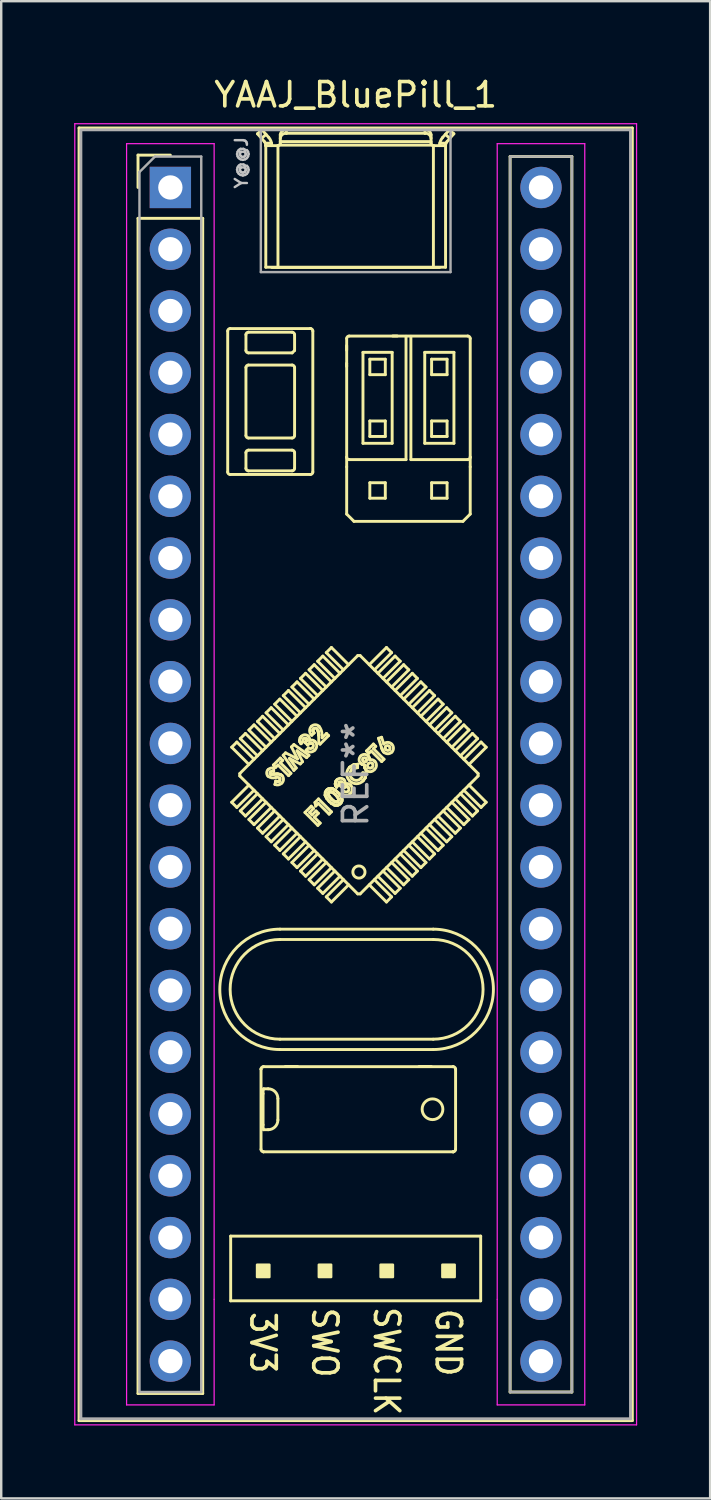
<source format=kicad_pcb>
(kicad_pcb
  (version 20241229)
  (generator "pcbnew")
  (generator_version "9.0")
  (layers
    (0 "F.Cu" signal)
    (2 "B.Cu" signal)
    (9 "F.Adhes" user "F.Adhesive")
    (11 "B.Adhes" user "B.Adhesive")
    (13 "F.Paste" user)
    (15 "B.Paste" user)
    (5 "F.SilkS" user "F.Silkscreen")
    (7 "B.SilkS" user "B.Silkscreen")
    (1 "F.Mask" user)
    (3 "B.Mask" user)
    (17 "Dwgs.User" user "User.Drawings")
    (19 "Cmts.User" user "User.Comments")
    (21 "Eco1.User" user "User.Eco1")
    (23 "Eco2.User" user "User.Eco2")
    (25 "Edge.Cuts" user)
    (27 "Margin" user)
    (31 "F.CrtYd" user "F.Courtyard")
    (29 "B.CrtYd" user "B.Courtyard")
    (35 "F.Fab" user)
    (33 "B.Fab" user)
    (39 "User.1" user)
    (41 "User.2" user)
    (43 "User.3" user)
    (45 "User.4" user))
  (footprint "YAAJ_BluePill_1"
    (layer "F.Cu")
    (at 3.955 4.658)
    (property "Reference" "YAAJ_BluePill_1" (at 7.62 -3.81 0) (layer "F.SilkS") (effects (font (size 1 1) (thickness 0.15))))
    (attr through_hole)
    (fp_line (start -3.755 -2.445) (end 18.995 -2.445) (stroke (width 0.12) (type solid)) (layer "F.SilkS"))
    (fp_line (start -3.755 50.705) (end -3.755 -2.445) (stroke (width 0.12) (type solid)) (layer "F.SilkS"))
    (fp_line (start -1.33 -1.33) (end 0 -1.33) (stroke (width 0.12) (type solid)) (layer "F.SilkS"))
    (fp_line (start -1.33 0) (end -1.33 -1.33) (stroke (width 0.12) (type solid)) (layer "F.SilkS"))
    (fp_line (start -1.33 1.27) (end 1.33 1.27) (stroke (width 0.12) (type solid)) (layer "F.SilkS"))
    (fp_line (start -1.33 49.59) (end -1.33 1.27) (stroke (width 0.12) (type solid)) (layer "F.SilkS"))
    (fp_line (start 1.33 1.27) (end 1.33 49.59) (stroke (width 0.12) (type solid)) (layer "F.SilkS"))
    (fp_line (start 1.33 49.59) (end -1.33 49.59) (stroke (width 0.12) (type solid)) (layer "F.SilkS"))
    (fp_line (start 2.358 5.902) (end 2.358 11.702) (stroke (width 0.12) (type solid)) (layer "F.SilkS"))
    (fp_line (start 2.458 11.802) (end 5.758 11.802) (stroke (width 0.12) (type solid)) (layer "F.SilkS"))
    (fp_line (start 2.48 43.12) (end 2.48 45.78) (stroke (width 0.12) (type solid)) (layer "F.SilkS"))
    (fp_line (start 2.48 45.78) (end 12.76 45.78) (stroke (width 0.12) (type solid)) (layer "F.SilkS"))
    (fp_line (start 2.522 23.017) (end 3.229 23.724) (stroke (width 0.12) (type solid)) (layer "F.SilkS"))
    (fp_line (start 2.522 25.28) (end 3.229 24.573) (stroke (width 0.12) (type solid)) (layer "F.SilkS"))
    (fp_line (start 2.734 22.805) (end 2.522 23.017) (stroke (width 0.12) (type solid)) (layer "F.SilkS"))
    (fp_line (start 2.734 22.805) (end 3.441 23.512) (stroke (width 0.12) (type solid)) (layer "F.SilkS"))
    (fp_line (start 2.734 25.492) (end 2.522 25.28) (stroke (width 0.12) (type solid)) (layer "F.SilkS"))
    (fp_line (start 2.734 25.492) (end 3.441 24.785) (stroke (width 0.12) (type solid)) (layer "F.SilkS"))
    (fp_line (start 2.855 24.199) (end 2.855 24.099) (stroke (width 0.12) (type solid)) (layer "F.SilkS"))
    (fp_line (start 2.855 24.199) (end 7.704 29.048) (stroke (width 0.12) (type solid)) (layer "F.SilkS"))
    (fp_line (start 2.875 22.664) (end 3.583 23.371) (stroke (width 0.12) (type solid)) (layer "F.SilkS"))
    (fp_line (start 2.875 25.634) (end 3.583 24.926) (stroke (width 0.12) (type solid)) (layer "F.SilkS"))
    (fp_line (start 3.088 22.452) (end 2.875 22.664) (stroke (width 0.12) (type solid)) (layer "F.SilkS"))
    (fp_line (start 3.088 22.452) (end 3.795 23.159) (stroke (width 0.12) (type solid)) (layer "F.SilkS"))
    (fp_line (start 3.088 25.846) (end 2.875 25.634) (stroke (width 0.12) (type solid)) (layer "F.SilkS"))
    (fp_line (start 3.088 25.846) (end 3.795 25.139) (stroke (width 0.12) (type solid)) (layer "F.SilkS"))
    (fp_line (start 3.108 6.702) (end 3.108 6.052) (stroke (width 0.12) (type solid)) (layer "F.SilkS"))
    (fp_line (start 3.108 10.202) (end 3.108 7.402) (stroke (width 0.12) (type solid)) (layer "F.SilkS"))
    (fp_line (start 3.108 11.552) (end 3.108 10.902) (stroke (width 0.12) (type solid)) (layer "F.SilkS"))
    (fp_line (start 3.208 5.952) (end 5.008 5.952) (stroke (width 0.12) (type solid)) (layer "F.SilkS"))
    (fp_line (start 3.208 7.302) (end 5.008 7.302) (stroke (width 0.12) (type solid)) (layer "F.SilkS"))
    (fp_line (start 3.208 10.802) (end 5.008 10.802) (stroke (width 0.12) (type solid)) (layer "F.SilkS"))
    (fp_line (start 3.229 22.31) (end 3.936 23.017) (stroke (width 0.12) (type solid)) (layer "F.SilkS"))
    (fp_line (start 3.229 25.987) (end 3.936 25.28) (stroke (width 0.12) (type solid)) (layer "F.SilkS"))
    (fp_line (start 3.441 22.098) (end 3.229 22.31) (stroke (width 0.12) (type solid)) (layer "F.SilkS"))
    (fp_line (start 3.441 22.098) (end 4.148 22.805) (stroke (width 0.12) (type solid)) (layer "F.SilkS"))
    (fp_line (start 3.441 26.199) (end 3.229 25.987) (stroke (width 0.12) (type solid)) (layer "F.SilkS"))
    (fp_line (start 3.441 26.199) (end 4.148 25.492) (stroke (width 0.12) (type solid)) (layer "F.SilkS"))
    (fp_line (start 3.583 -2.207) (end 3.861 -1.891) (stroke (width 0.12) (type solid)) (layer "F.SilkS"))
    (fp_line (start 3.583 21.957) (end 4.29 22.664) (stroke (width 0.12) (type solid)) (layer "F.SilkS"))
    (fp_line (start 3.583 26.341) (end 4.29 25.634) (stroke (width 0.12) (type solid)) (layer "F.SilkS"))
    (fp_line (start 3.728 36.253) (end 3.728 39.553) (stroke (width 0.12) (type solid)) (layer "F.SilkS"))
    (fp_line (start 3.728 36.252) (end 3.728 36.253) (stroke (width 0.12) (type solid)) (layer "F.SilkS"))
    (fp_line (start 3.748 -2.02) (end 3.933 -2.182) (stroke (width 0.12) (type solid)) (layer "F.SilkS"))
    (fp_line (start 3.767 -2.37) (end 3.583 -2.207) (stroke (width 0.12) (type solid)) (layer "F.SilkS"))
    (fp_line (start 3.795 21.744) (end 3.583 21.957) (stroke (width 0.12) (type solid)) (layer "F.SilkS"))
    (fp_line (start 3.795 21.744) (end 4.502 22.452) (stroke (width 0.12) (type solid)) (layer "F.SilkS"))
    (fp_line (start 3.795 26.553) (end 3.583 26.341) (stroke (width 0.12) (type solid)) (layer "F.SilkS"))
    (fp_line (start 3.795 26.553) (end 4.502 25.846) (stroke (width 0.12) (type solid)) (layer "F.SilkS"))
    (fp_line (start 3.812 38.544) (end 3.812 37.262) (stroke (width 0.12) (type solid)) (layer "F.SilkS"))
    (fp_line (start 3.827 39.653) (end 3.828 39.653) (stroke (width 0.12) (type solid)) (layer "F.SilkS"))
    (fp_line (start 3.828 36.153) (end 3.827 36.153) (stroke (width 0.12) (type solid)) (layer "F.SilkS"))
    (fp_line (start 3.828 36.153) (end 11.628 36.153) (stroke (width 0.12) (type solid)) (layer "F.SilkS"))
    (fp_line (start 3.828 39.653) (end 11.628 39.653) (stroke (width 0.12) (type solid)) (layer "F.SilkS"))
    (fp_line (start 3.834 38.744) (end 4.021 38.744) (stroke (width 0.12) (type solid)) (layer "F.SilkS"))
    (fp_line (start 3.924 -1.728) (end 3.929 -1.72) (stroke (width 0.12) (type solid)) (layer "F.SilkS"))
    (fp_line (start 3.924 -1.726) (end 3.924 -1.728) (stroke (width 0.12) (type solid)) (layer "F.SilkS"))
    (fp_line (start 3.924 -1.726) (end 3.924 3.28) (stroke (width 0.12) (type solid)) (layer "F.SilkS"))
    (fp_line (start 3.929 -1.72) (end 3.93 -1.72) (stroke (width 0.12) (type solid)) (layer "F.SilkS"))
    (fp_line (start 3.93 -1.72) (end 4.42 -1.72) (stroke (width 0.12) (type solid)) (layer "F.SilkS"))
    (fp_line (start 3.936 21.603) (end 4.643 22.31) (stroke (width 0.12) (type solid)) (layer "F.SilkS"))
    (fp_line (start 3.936 26.694) (end 4.643 25.987) (stroke (width 0.12) (type solid)) (layer "F.SilkS"))
    (fp_line (start 4.021 37.062) (end 3.834 37.062) (stroke (width 0.12) (type solid)) (layer "F.SilkS"))
    (fp_line (start 4.045 -2.055) (end 3.767 -2.37) (stroke (width 0.12) (type solid)) (layer "F.SilkS"))
    (fp_line (start 4.108 24.11) (end 4.126 24.122) (stroke (width 0.12) (type solid)) (layer "F.SilkS"))
    (fp_line (start 4.108 24.11) (end 4.126 24.122) (stroke (width 0.12) (type solid)) (layer "F.SilkS"))
    (fp_line (start 4.126 24.122) (end 4.142 24.127) (stroke (width 0.12) (type solid)) (layer "F.SilkS"))
    (fp_line (start 4.126 24.122) (end 4.142 24.127) (stroke (width 0.12) (type solid)) (layer "F.SilkS"))
    (fp_line (start 4.142 24.127) (end 4.221 24.127) (stroke (width 0.12) (type solid)) (layer "F.SilkS"))
    (fp_line (start 4.142 24.127) (end 4.221 24.127) (stroke (width 0.12) (type solid)) (layer "F.SilkS"))
    (fp_line (start 4.148 21.391) (end 3.936 21.603) (stroke (width 0.12) (type solid)) (layer "F.SilkS"))
    (fp_line (start 4.148 21.391) (end 4.855 22.098) (stroke (width 0.12) (type solid)) (layer "F.SilkS"))
    (fp_line (start 4.148 26.906) (end 3.936 26.694) (stroke (width 0.12) (type solid)) (layer "F.SilkS"))
    (fp_line (start 4.148 26.906) (end 4.855 26.199) (stroke (width 0.12) (type solid)) (layer "F.SilkS"))
    (fp_line (start 4.161 -1.82) (end 3.905 -1.82) (stroke (width 0.12) (type solid)) (layer "F.SilkS"))
    (fp_line (start 4.17 -1.72) (end 4.17 -1.724) (stroke (width 0.12) (type solid)) (layer "F.SilkS"))
    (fp_line (start 4.221 24.127) (end 4.283 24.123) (stroke (width 0.12) (type solid)) (layer "F.SilkS"))
    (fp_line (start 4.221 24.127) (end 4.283 24.123) (stroke (width 0.12) (type solid)) (layer "F.SilkS"))
    (fp_line (start 4.236 23.749) (end 4.522 23.463) (stroke (width 0.12) (type solid)) (layer "F.SilkS"))
    (fp_line (start 4.253 23.874) (end 4.247 24.011) (stroke (width 0.12) (type solid)) (layer "F.SilkS"))
    (fp_line (start 4.283 24.123) (end 4.355 24.118) (stroke (width 0.12) (type solid)) (layer "F.SilkS"))
    (fp_line (start 4.283 24.123) (end 4.355 24.118) (stroke (width 0.12) (type solid)) (layer "F.SilkS"))
    (fp_line (start 4.29 21.249) (end 4.997 21.957) (stroke (width 0.12) (type solid)) (layer "F.SilkS"))
    (fp_line (start 4.29 27.048) (end 4.997 26.341) (stroke (width 0.12) (type solid)) (layer "F.SilkS"))
    (fp_line (start 4.3 24.547) (end 4.334 24.413) (stroke (width 0.12) (type solid)) (layer "F.SilkS"))
    (fp_line (start 4.331 23.844) (end 4.236 23.749) (stroke (width 0.12) (type solid)) (layer "F.SilkS"))
    (fp_line (start 4.334 24.413) (end 4.424 24.424) (stroke (width 0.12) (type solid)) (layer "F.SilkS"))
    (fp_line (start 4.334 24.413) (end 4.424 24.424) (stroke (width 0.12) (type solid)) (layer "F.SilkS"))
    (fp_line (start 4.355 24.118) (end 4.412 24.116) (stroke (width 0.12) (type solid)) (layer "F.SilkS"))
    (fp_line (start 4.355 24.118) (end 4.412 24.116) (stroke (width 0.12) (type solid)) (layer "F.SilkS"))
    (fp_line (start 4.412 24.116) (end 4.518 24.135) (stroke (width 0.12) (type solid)) (layer "F.SilkS"))
    (fp_line (start 4.412 24.116) (end 4.518 24.135) (stroke (width 0.12) (type solid)) (layer "F.SilkS"))
    (fp_line (start 4.42 -1.72) (end 4.424 -1.72) (stroke (width 0.12) (type solid)) (layer "F.SilkS"))
    (fp_line (start 4.421 37.462) (end 4.421 38.344) (stroke (width 0.12) (type solid)) (layer "F.SilkS"))
    (fp_line (start 4.424 -1.72) (end 4.424 3.29) (stroke (width 0.12) (type solid)) (layer "F.SilkS"))
    (fp_line (start 4.424 24.424) (end 4.459 24.415) (stroke (width 0.12) (type solid)) (layer "F.SilkS"))
    (fp_line (start 4.424 24.424) (end 4.459 24.415) (stroke (width 0.12) (type solid)) (layer "F.SilkS"))
    (fp_line (start 4.427 23.749) (end 4.331 23.844) (stroke (width 0.12) (type solid)) (layer "F.SilkS"))
    (fp_line (start 4.459 24.415) (end 4.489 24.394) (stroke (width 0.12) (type solid)) (layer "F.SilkS"))
    (fp_line (start 4.459 24.415) (end 4.489 24.394) (stroke (width 0.12) (type solid)) (layer "F.SilkS"))
    (fp_line (start 4.502 21.037) (end 4.29 21.249) (stroke (width 0.12) (type solid)) (layer "F.SilkS"))
    (fp_line (start 4.502 21.037) (end 5.209 21.744) (stroke (width 0.12) (type solid)) (layer "F.SilkS"))
    (fp_line (start 4.502 27.26) (end 4.29 27.048) (stroke (width 0.12) (type solid)) (layer "F.SilkS"))
    (fp_line (start 4.502 27.26) (end 5.209 26.553) (stroke (width 0.12) (type solid)) (layer "F.SilkS"))
    (fp_line (start 4.508 30.923) (end 10.808 30.923) (stroke (width 0.12) (type solid)) (layer "F.SilkS"))
    (fp_line (start 4.508 35.448) (end 10.808 35.448) (stroke (width 0.12) (type solid)) (layer "F.SilkS"))
    (fp_line (start 4.518 24.135) (end 4.588 24.183) (stroke (width 0.12) (type solid)) (layer "F.SilkS"))
    (fp_line (start 4.518 24.135) (end 4.588 24.183) (stroke (width 0.12) (type solid)) (layer "F.SilkS"))
    (fp_line (start 4.52 -2.165) (end 4.52 -1.82) (stroke (width 0.12) (type solid)) (layer "F.SilkS"))
    (fp_line (start 4.52 -1.885) (end 10.72 -1.885) (stroke (width 0.12) (type solid)) (layer "F.SilkS"))
    (fp_line (start 4.522 23.463) (end 4.617 23.559) (stroke (width 0.12) (type solid)) (layer "F.SilkS"))
    (fp_line (start 4.522 23.654) (end 4.957 24.089) (stroke (width 0.12) (type solid)) (layer "F.SilkS"))
    (fp_line (start 4.617 23.559) (end 4.522 23.654) (stroke (width 0.12) (type solid)) (layer "F.SilkS"))
    (fp_line (start 4.639 23.347) (end 4.737 23.248) (stroke (width 0.12) (type solid)) (layer "F.SilkS"))
    (fp_line (start 4.643 20.896) (end 5.35 21.603) (stroke (width 0.12) (type solid)) (layer "F.SilkS"))
    (fp_line (start 4.643 27.401) (end 5.35 26.694) (stroke (width 0.12) (type solid)) (layer "F.SilkS"))
    (fp_line (start 4.737 23.248) (end 5.228 23.497) (stroke (width 0.12) (type solid)) (layer "F.SilkS"))
    (fp_line (start 4.77 -2.227) (end 4.77 -2.37) (stroke (width 0.12) (type solid)) (layer "F.SilkS"))
    (fp_line (start 4.855 20.684) (end 4.643 20.896) (stroke (width 0.12) (type solid)) (layer "F.SilkS"))
    (fp_line (start 4.855 20.684) (end 5.562 21.391) (stroke (width 0.12) (type solid)) (layer "F.SilkS"))
    (fp_line (start 4.855 27.613) (end 4.643 27.401) (stroke (width 0.12) (type solid)) (layer "F.SilkS"))
    (fp_line (start 4.855 27.613) (end 5.562 26.906) (stroke (width 0.12) (type solid)) (layer "F.SilkS"))
    (fp_line (start 4.862 24.184) (end 4.427 23.749) (stroke (width 0.12) (type solid)) (layer "F.SilkS"))
    (fp_line (start 4.897 23.479) (end 5.176 23.87) (stroke (width 0.12) (type solid)) (layer "F.SilkS"))
    (fp_line (start 4.957 24.089) (end 4.862 24.184) (stroke (width 0.12) (type solid)) (layer "F.SilkS"))
    (fp_line (start 4.98 23.005) (end 5.078 22.907) (stroke (width 0.12) (type solid)) (layer "F.SilkS"))
    (fp_line (start 4.997 20.542) (end 5.704 21.249) (stroke (width 0.12) (type solid)) (layer "F.SilkS"))
    (fp_line (start 4.997 27.755) (end 5.704 27.048) (stroke (width 0.12) (type solid)) (layer "F.SilkS"))
    (fp_line (start 5.008 6.802) (end 3.208 6.802) (stroke (width 0.12) (type solid)) (layer "F.SilkS"))
    (fp_line (start 5.008 10.302) (end 3.208 10.302) (stroke (width 0.12) (type solid)) (layer "F.SilkS"))
    (fp_line (start 5.008 11.652) (end 3.208 11.652) (stroke (width 0.12) (type solid)) (layer "F.SilkS"))
    (fp_line (start 5.078 22.907) (end 5.698 23.348) (stroke (width 0.12) (type solid)) (layer "F.SilkS"))
    (fp_line (start 5.079 23.967) (end 4.639 23.347) (stroke (width 0.12) (type solid)) (layer "F.SilkS"))
    (fp_line (start 5.108 6.052) (end 5.108 6.702) (stroke (width 0.12) (type solid)) (layer "F.SilkS"))
    (fp_line (start 5.108 6.702) (end 5.008 6.802) (stroke (width 0.12) (type solid)) (layer "F.SilkS"))
    (fp_line (start 5.108 7.402) (end 5.108 10.202) (stroke (width 0.12) (type solid)) (layer "F.SilkS"))
    (fp_line (start 5.108 10.902) (end 5.108 11.552) (stroke (width 0.12) (type solid)) (layer "F.SilkS"))
    (fp_line (start 5.176 23.87) (end 5.079 23.967) (stroke (width 0.12) (type solid)) (layer "F.SilkS"))
    (fp_line (start 5.209 20.33) (end 4.997 20.542) (stroke (width 0.12) (type solid)) (layer "F.SilkS"))
    (fp_line (start 5.209 20.33) (end 5.916 21.037) (stroke (width 0.12) (type solid)) (layer "F.SilkS"))
    (fp_line (start 5.209 27.967) (end 4.997 27.755) (stroke (width 0.12) (type solid)) (layer "F.SilkS"))
    (fp_line (start 5.209 27.967) (end 5.916 27.26) (stroke (width 0.12) (type solid)) (layer "F.SilkS"))
    (fp_line (start 5.21 23.166) (end 5.435 23.611) (stroke (width 0.12) (type solid)) (layer "F.SilkS"))
    (fp_line (start 5.228 36.143) (end 4.728 36.143) (stroke (width 0.12) (type solid)) (layer "F.SilkS"))
    (fp_line (start 5.228 23.497) (end 4.98 23.005) (stroke (width 0.12) (type solid)) (layer "F.SilkS"))
    (fp_line (start 5.319 22.738) (end 5.339 22.637) (stroke (width 0.12) (type solid)) (layer "F.SilkS"))
    (fp_line (start 5.319 22.738) (end 5.339 22.637) (stroke (width 0.12) (type solid)) (layer "F.SilkS"))
    (fp_line (start 5.331 22.801) (end 5.319 22.738) (stroke (width 0.12) (type solid)) (layer "F.SilkS"))
    (fp_line (start 5.331 22.801) (end 5.319 22.738) (stroke (width 0.12) (type solid)) (layer "F.SilkS"))
    (fp_line (start 5.339 22.637) (end 5.387 22.571) (stroke (width 0.12) (type solid)) (layer "F.SilkS"))
    (fp_line (start 5.339 22.637) (end 5.387 22.571) (stroke (width 0.12) (type solid)) (layer "F.SilkS"))
    (fp_line (start 5.342 23.704) (end 4.897 23.479) (stroke (width 0.12) (type solid)) (layer "F.SilkS"))
    (fp_line (start 5.35 20.189) (end 6.057 20.896) (stroke (width 0.12) (type solid)) (layer "F.SilkS"))
    (fp_line (start 5.35 28.108) (end 6.057 27.401) (stroke (width 0.12) (type solid)) (layer "F.SilkS"))
    (fp_line (start 5.372 22.872) (end 5.331 22.801) (stroke (width 0.12) (type solid)) (layer "F.SilkS"))
    (fp_line (start 5.372 22.872) (end 5.331 22.801) (stroke (width 0.12) (type solid)) (layer "F.SilkS"))
    (fp_line (start 5.435 23.611) (end 5.342 23.704) (stroke (width 0.12) (type solid)) (layer "F.SilkS"))
    (fp_line (start 5.467 22.777) (end 5.372 22.872) (stroke (width 0.12) (type solid)) (layer "F.SilkS"))
    (fp_line (start 5.535 25.7) (end 5.793 25.442) (stroke (width 0.12) (type solid)) (layer "F.SilkS"))
    (fp_line (start 5.549 22.831) (end 5.6 22.752) (stroke (width 0.12) (type solid)) (layer "F.SilkS"))
    (fp_line (start 5.549 22.831) (end 5.6 22.752) (stroke (width 0.12) (type solid)) (layer "F.SilkS"))
    (fp_line (start 5.562 19.977) (end 5.35 20.189) (stroke (width 0.12) (type solid)) (layer "F.SilkS"))
    (fp_line (start 5.562 19.977) (end 6.27 20.684) (stroke (width 0.12) (type solid)) (layer "F.SilkS"))
    (fp_line (start 5.562 28.321) (end 5.35 28.108) (stroke (width 0.12) (type solid)) (layer "F.SilkS"))
    (fp_line (start 5.562 28.321) (end 6.27 27.613) (stroke (width 0.12) (type solid)) (layer "F.SilkS"))
    (fp_line (start 5.583 23.137) (end 5.678 23.042) (stroke (width 0.12) (type solid)) (layer "F.SilkS"))
    (fp_line (start 5.598 22.683) (end 5.585 22.664) (stroke (width 0.12) (type solid)) (layer "F.SilkS"))
    (fp_line (start 5.598 22.683) (end 5.585 22.664) (stroke (width 0.12) (type solid)) (layer "F.SilkS"))
    (fp_line (start 5.6 22.752) (end 5.605 22.706) (stroke (width 0.12) (type solid)) (layer "F.SilkS"))
    (fp_line (start 5.6 22.752) (end 5.605 22.706) (stroke (width 0.12) (type solid)) (layer "F.SilkS"))
    (fp_line (start 5.602 23.444) (end 5.21 23.166) (stroke (width 0.12) (type solid)) (layer "F.SilkS"))
    (fp_line (start 5.605 22.706) (end 5.598 22.683) (stroke (width 0.12) (type solid)) (layer "F.SilkS"))
    (fp_line (start 5.605 22.706) (end 5.598 22.683) (stroke (width 0.12) (type solid)) (layer "F.SilkS"))
    (fp_line (start 5.637 22.92) (end 5.549 22.831) (stroke (width 0.12) (type solid)) (layer "F.SilkS"))
    (fp_line (start 5.698 23.348) (end 5.602 23.444) (stroke (width 0.12) (type solid)) (layer "F.SilkS"))
    (fp_line (start 5.704 19.835) (end 6.411 20.542) (stroke (width 0.12) (type solid)) (layer "F.SilkS"))
    (fp_line (start 5.704 28.462) (end 6.411 27.755) (stroke (width 0.12) (type solid)) (layer "F.SilkS"))
    (fp_line (start 5.725 25.7) (end 5.827 25.802) (stroke (width 0.12) (type solid)) (layer "F.SilkS"))
    (fp_line (start 5.738 22.854) (end 5.637 22.92) (stroke (width 0.12) (type solid)) (layer "F.SilkS"))
    (fp_line (start 5.738 22.854) (end 5.637 22.92) (stroke (width 0.12) (type solid)) (layer "F.SilkS"))
    (fp_line (start 5.758 5.802) (end 2.458 5.802) (stroke (width 0.12) (type solid)) (layer "F.SilkS"))
    (fp_line (start 5.762 5.802) (end 5.758 5.802) (stroke (width 0.12) (type solid)) (layer "F.SilkS"))
    (fp_line (start 5.793 25.442) (end 5.888 25.537) (stroke (width 0.12) (type solid)) (layer "F.SilkS"))
    (fp_line (start 5.798 22.849) (end 5.738 22.854) (stroke (width 0.12) (type solid)) (layer "F.SilkS"))
    (fp_line (start 5.798 22.849) (end 5.738 22.854) (stroke (width 0.12) (type solid)) (layer "F.SilkS"))
    (fp_line (start 5.827 25.802) (end 5.99 25.639) (stroke (width 0.12) (type solid)) (layer "F.SilkS"))
    (fp_line (start 5.827 22.858) (end 5.798 22.849) (stroke (width 0.12) (type solid)) (layer "F.SilkS"))
    (fp_line (start 5.827 22.858) (end 5.798 22.849) (stroke (width 0.12) (type solid)) (layer "F.SilkS"))
    (fp_line (start 5.852 22.876) (end 5.827 22.858) (stroke (width 0.12) (type solid)) (layer "F.SilkS"))
    (fp_line (start 5.852 22.876) (end 5.827 22.858) (stroke (width 0.12) (type solid)) (layer "F.SilkS"))
    (fp_line (start 5.858 11.702) (end 5.858 5.902) (stroke (width 0.12) (type solid)) (layer "F.SilkS"))
    (fp_line (start 5.862 22.307) (end 5.866 22.36) (stroke (width 0.12) (type solid)) (layer "F.SilkS"))
    (fp_line (start 5.862 22.307) (end 5.866 22.36) (stroke (width 0.12) (type solid)) (layer "F.SilkS"))
    (fp_line (start 5.866 22.36) (end 5.909 22.43) (stroke (width 0.12) (type solid)) (layer "F.SilkS"))
    (fp_line (start 5.866 22.36) (end 5.909 22.43) (stroke (width 0.12) (type solid)) (layer "F.SilkS"))
    (fp_line (start 5.887 22.261) (end 5.862 22.307) (stroke (width 0.12) (type solid)) (layer "F.SilkS"))
    (fp_line (start 5.887 22.261) (end 5.862 22.307) (stroke (width 0.12) (type solid)) (layer "F.SilkS"))
    (fp_line (start 5.888 25.537) (end 5.725 25.7) (stroke (width 0.12) (type solid)) (layer "F.SilkS"))
    (fp_line (start 5.909 22.43) (end 5.814 22.525) (stroke (width 0.12) (type solid)) (layer "F.SilkS"))
    (fp_line (start 5.916 19.623) (end 5.704 19.835) (stroke (width 0.12) (type solid)) (layer "F.SilkS"))
    (fp_line (start 5.916 19.623) (end 6.623 20.33) (stroke (width 0.12) (type solid)) (layer "F.SilkS"))
    (fp_line (start 5.916 28.674) (end 5.704 28.462) (stroke (width 0.12) (type solid)) (layer "F.SilkS"))
    (fp_line (start 5.916 28.674) (end 6.623 27.967) (stroke (width 0.12) (type solid)) (layer "F.SilkS"))
    (fp_line (start 5.922 25.898) (end 6.16 26.136) (stroke (width 0.12) (type solid)) (layer "F.SilkS"))
    (fp_line (start 5.945 25.29) (end 6.092 25.143) (stroke (width 0.12) (type solid)) (layer "F.SilkS"))
    (fp_line (start 5.977 25.435) (end 5.945 25.29) (stroke (width 0.12) (type solid)) (layer "F.SilkS"))
    (fp_line (start 5.99 25.639) (end 6.086 25.734) (stroke (width 0.12) (type solid)) (layer "F.SilkS"))
    (fp_line (start 6.057 19.482) (end 6.765 20.189) (stroke (width 0.12) (type solid)) (layer "F.SilkS"))
    (fp_line (start 6.057 28.815) (end 6.765 28.108) (stroke (width 0.12) (type solid)) (layer "F.SilkS"))
    (fp_line (start 6.065 26.231) (end 5.535 25.7) (stroke (width 0.12) (type solid)) (layer "F.SilkS"))
    (fp_line (start 6.08 22.368) (end 6.027 22.263) (stroke (width 0.12) (type solid)) (layer "F.SilkS"))
    (fp_line (start 6.08 22.368) (end 6.027 22.263) (stroke (width 0.12) (type solid)) (layer "F.SilkS"))
    (fp_line (start 6.086 25.326) (end 5.977 25.435) (stroke (width 0.12) (type solid)) (layer "F.SilkS"))
    (fp_line (start 6.086 25.734) (end 5.922 25.898) (stroke (width 0.12) (type solid)) (layer "F.SilkS"))
    (fp_line (start 6.092 25.143) (end 6.623 25.673) (stroke (width 0.12) (type solid)) (layer "F.SilkS"))
    (fp_line (start 6.095 22.52) (end 6.08 22.368) (stroke (width 0.12) (type solid)) (layer "F.SilkS"))
    (fp_line (start 6.095 22.52) (end 6.08 22.368) (stroke (width 0.12) (type solid)) (layer "F.SilkS"))
    (fp_line (start 6.105 22.844) (end 6.095 22.52) (stroke (width 0.12) (type solid)) (layer "F.SilkS"))
    (fp_line (start 6.154 22.892) (end 6.105 22.844) (stroke (width 0.12) (type solid)) (layer "F.SilkS"))
    (fp_line (start 6.16 26.136) (end 6.065 26.231) (stroke (width 0.12) (type solid)) (layer "F.SilkS"))
    (fp_line (start 6.232 22.51) (end 6.24 22.629) (stroke (width 0.12) (type solid)) (layer "F.SilkS"))
    (fp_line (start 6.24 22.629) (end 6.419 22.45) (stroke (width 0.12) (type solid)) (layer "F.SilkS"))
    (fp_line (start 6.27 19.27) (end 6.057 19.482) (stroke (width 0.12) (type solid)) (layer "F.SilkS"))
    (fp_line (start 6.27 19.27) (end 6.977 19.977) (stroke (width 0.12) (type solid)) (layer "F.SilkS"))
    (fp_line (start 6.27 29.028) (end 6.057 28.815) (stroke (width 0.12) (type solid)) (layer "F.SilkS"))
    (fp_line (start 6.27 29.028) (end 6.977 28.321) (stroke (width 0.12) (type solid)) (layer "F.SilkS"))
    (fp_line (start 6.365 24.988) (end 6.373 24.863) (stroke (width 0.12) (type solid)) (layer "F.SilkS"))
    (fp_line (start 6.365 24.988) (end 6.373 24.863) (stroke (width 0.12) (type solid)) (layer "F.SilkS"))
    (fp_line (start 6.373 24.863) (end 6.427 24.781) (stroke (width 0.12) (type solid)) (layer "F.SilkS"))
    (fp_line (start 6.373 24.863) (end 6.427 24.781) (stroke (width 0.12) (type solid)) (layer "F.SilkS"))
    (fp_line (start 6.411 19.128) (end 7.118 19.835) (stroke (width 0.12) (type solid)) (layer "F.SilkS"))
    (fp_line (start 6.411 29.169) (end 7.118 28.462) (stroke (width 0.12) (type solid)) (layer "F.SilkS"))
    (fp_line (start 6.419 22.45) (end 6.507 22.539) (stroke (width 0.12) (type solid)) (layer "F.SilkS"))
    (fp_line (start 6.421 25.111) (end 6.365 24.988) (stroke (width 0.12) (type solid)) (layer "F.SilkS"))
    (fp_line (start 6.421 25.111) (end 6.365 24.988) (stroke (width 0.12) (type solid)) (layer "F.SilkS"))
    (fp_line (start 6.427 24.781) (end 6.48 24.74) (stroke (width 0.12) (type solid)) (layer "F.SilkS"))
    (fp_line (start 6.427 24.781) (end 6.48 24.74) (stroke (width 0.12) (type solid)) (layer "F.SilkS"))
    (fp_line (start 6.48 24.74) (end 6.541 24.715) (stroke (width 0.12) (type solid)) (layer "F.SilkS"))
    (fp_line (start 6.48 24.74) (end 6.541 24.715) (stroke (width 0.12) (type solid)) (layer "F.SilkS"))
    (fp_line (start 6.496 24.948) (end 6.524 25.024) (stroke (width 0.12) (type solid)) (layer "F.SilkS"))
    (fp_line (start 6.496 24.948) (end 6.524 25.024) (stroke (width 0.12) (type solid)) (layer "F.SilkS"))
    (fp_line (start 6.503 24.908) (end 6.496 24.948) (stroke (width 0.12) (type solid)) (layer "F.SilkS"))
    (fp_line (start 6.503 24.908) (end 6.496 24.948) (stroke (width 0.12) (type solid)) (layer "F.SilkS"))
    (fp_line (start 6.507 22.539) (end 6.154 22.892) (stroke (width 0.12) (type solid)) (layer "F.SilkS"))
    (fp_line (start 6.524 25.024) (end 6.629 25.149) (stroke (width 0.12) (type solid)) (layer "F.SilkS"))
    (fp_line (start 6.524 25.024) (end 6.629 25.149) (stroke (width 0.12) (type solid)) (layer "F.SilkS"))
    (fp_line (start 6.525 24.874) (end 6.503 24.908) (stroke (width 0.12) (type solid)) (layer "F.SilkS"))
    (fp_line (start 6.525 24.874) (end 6.503 24.908) (stroke (width 0.12) (type solid)) (layer "F.SilkS"))
    (fp_line (start 6.528 25.768) (end 6.086 25.326) (stroke (width 0.12) (type solid)) (layer "F.SilkS"))
    (fp_line (start 6.533 25.243) (end 6.421 25.111) (stroke (width 0.12) (type solid)) (layer "F.SilkS"))
    (fp_line (start 6.533 25.243) (end 6.421 25.111) (stroke (width 0.12) (type solid)) (layer "F.SilkS"))
    (fp_line (start 6.541 24.715) (end 6.608 24.71) (stroke (width 0.12) (type solid)) (layer "F.SilkS"))
    (fp_line (start 6.541 24.715) (end 6.608 24.71) (stroke (width 0.12) (type solid)) (layer "F.SilkS"))
    (fp_line (start 6.558 24.852) (end 6.525 24.874) (stroke (width 0.12) (type solid)) (layer "F.SilkS"))
    (fp_line (start 6.558 24.852) (end 6.525 24.874) (stroke (width 0.12) (type solid)) (layer "F.SilkS"))
    (fp_line (start 6.597 24.848) (end 6.558 24.852) (stroke (width 0.12) (type solid)) (layer "F.SilkS"))
    (fp_line (start 6.597 24.848) (end 6.558 24.852) (stroke (width 0.12) (type solid)) (layer "F.SilkS"))
    (fp_line (start 6.608 24.71) (end 6.673 24.725) (stroke (width 0.12) (type solid)) (layer "F.SilkS"))
    (fp_line (start 6.608 24.71) (end 6.673 24.725) (stroke (width 0.12) (type solid)) (layer "F.SilkS"))
    (fp_line (start 6.623 25.673) (end 6.528 25.768) (stroke (width 0.12) (type solid)) (layer "F.SilkS"))
    (fp_line (start 6.623 18.916) (end 6.411 19.128) (stroke (width 0.12) (type solid)) (layer "F.SilkS"))
    (fp_line (start 6.623 18.916) (end 7.33 19.623) (stroke (width 0.12) (type solid)) (layer "F.SilkS"))
    (fp_line (start 6.623 29.381) (end 6.411 29.169) (stroke (width 0.12) (type solid)) (layer "F.SilkS"))
    (fp_line (start 6.623 29.381) (end 7.33 28.674) (stroke (width 0.12) (type solid)) (layer "F.SilkS"))
    (fp_line (start 6.629 25.149) (end 6.749 25.246) (stroke (width 0.12) (type solid)) (layer "F.SilkS"))
    (fp_line (start 6.629 25.149) (end 6.749 25.246) (stroke (width 0.12) (type solid)) (layer "F.SilkS"))
    (fp_line (start 6.631 25.331) (end 6.533 25.243) (stroke (width 0.12) (type solid)) (layer "F.SilkS"))
    (fp_line (start 6.631 25.331) (end 6.533 25.243) (stroke (width 0.12) (type solid)) (layer "F.SilkS"))
    (fp_line (start 6.671 24.873) (end 6.597 24.848) (stroke (width 0.12) (type solid)) (layer "F.SilkS"))
    (fp_line (start 6.671 24.873) (end 6.597 24.848) (stroke (width 0.12) (type solid)) (layer "F.SilkS"))
    (fp_line (start 6.673 24.725) (end 6.788 24.789) (stroke (width 0.12) (type solid)) (layer "F.SilkS"))
    (fp_line (start 6.673 24.725) (end 6.788 24.789) (stroke (width 0.12) (type solid)) (layer "F.SilkS"))
    (fp_line (start 6.746 25.394) (end 6.631 25.331) (stroke (width 0.12) (type solid)) (layer "F.SilkS"))
    (fp_line (start 6.746 25.394) (end 6.631 25.331) (stroke (width 0.12) (type solid)) (layer "F.SilkS"))
    (fp_line (start 6.749 25.246) (end 6.822 25.268) (stroke (width 0.12) (type solid)) (layer "F.SilkS"))
    (fp_line (start 6.749 25.246) (end 6.822 25.268) (stroke (width 0.12) (type solid)) (layer "F.SilkS"))
    (fp_line (start 6.781 24.526) (end 6.801 24.425) (stroke (width 0.12) (type solid)) (layer "F.SilkS"))
    (fp_line (start 6.781 24.526) (end 6.801 24.425) (stroke (width 0.12) (type solid)) (layer "F.SilkS"))
    (fp_line (start 6.788 24.789) (end 6.888 24.878) (stroke (width 0.12) (type solid)) (layer "F.SilkS"))
    (fp_line (start 6.788 24.789) (end 6.888 24.878) (stroke (width 0.12) (type solid)) (layer "F.SilkS"))
    (fp_line (start 6.793 24.973) (end 6.671 24.873) (stroke (width 0.12) (type solid)) (layer "F.SilkS"))
    (fp_line (start 6.793 24.973) (end 6.671 24.873) (stroke (width 0.12) (type solid)) (layer "F.SilkS"))
    (fp_line (start 6.793 24.589) (end 6.781 24.526) (stroke (width 0.12) (type solid)) (layer "F.SilkS"))
    (fp_line (start 6.793 24.589) (end 6.781 24.526) (stroke (width 0.12) (type solid)) (layer "F.SilkS"))
    (fp_line (start 6.801 24.425) (end 6.849 24.359) (stroke (width 0.12) (type solid)) (layer "F.SilkS"))
    (fp_line (start 6.801 24.425) (end 6.849 24.359) (stroke (width 0.12) (type solid)) (layer "F.SilkS"))
    (fp_line (start 6.811 25.407) (end 6.746 25.394) (stroke (width 0.12) (type solid)) (layer "F.SilkS"))
    (fp_line (start 6.811 25.407) (end 6.746 25.394) (stroke (width 0.12) (type solid)) (layer "F.SilkS"))
    (fp_line (start 6.822 25.268) (end 6.86 25.262) (stroke (width 0.12) (type solid)) (layer "F.SilkS"))
    (fp_line (start 6.822 25.268) (end 6.86 25.262) (stroke (width 0.12) (type solid)) (layer "F.SilkS"))
    (fp_line (start 6.834 24.66) (end 6.793 24.589) (stroke (width 0.12) (type solid)) (layer "F.SilkS"))
    (fp_line (start 6.834 24.66) (end 6.793 24.589) (stroke (width 0.12) (type solid)) (layer "F.SilkS"))
    (fp_line (start 6.856 25.043) (end 6.793 24.973) (stroke (width 0.12) (type solid)) (layer "F.SilkS"))
    (fp_line (start 6.856 25.043) (end 6.793 24.973) (stroke (width 0.12) (type solid)) (layer "F.SilkS"))
    (fp_line (start 6.86 25.262) (end 6.892 25.241) (stroke (width 0.12) (type solid)) (layer "F.SilkS"))
    (fp_line (start 6.86 25.262) (end 6.892 25.241) (stroke (width 0.12) (type solid)) (layer "F.SilkS"))
    (fp_line (start 6.876 25.402) (end 6.811 25.407) (stroke (width 0.12) (type solid)) (layer "F.SilkS"))
    (fp_line (start 6.876 25.402) (end 6.811 25.407) (stroke (width 0.12) (type solid)) (layer "F.SilkS"))
    (fp_line (start 6.888 24.878) (end 6.976 24.977) (stroke (width 0.12) (type solid)) (layer "F.SilkS"))
    (fp_line (start 6.888 24.878) (end 6.976 24.977) (stroke (width 0.12) (type solid)) (layer "F.SilkS"))
    (fp_line (start 6.914 25.146) (end 6.856 25.043) (stroke (width 0.12) (type solid)) (layer "F.SilkS"))
    (fp_line (start 6.914 25.146) (end 6.856 25.043) (stroke (width 0.12) (type solid)) (layer "F.SilkS"))
    (fp_line (start 6.929 24.565) (end 6.834 24.66) (stroke (width 0.12) (type solid)) (layer "F.SilkS"))
    (fp_line (start 6.936 25.377) (end 6.876 25.402) (stroke (width 0.12) (type solid)) (layer "F.SilkS"))
    (fp_line (start 6.936 25.377) (end 6.876 25.402) (stroke (width 0.12) (type solid)) (layer "F.SilkS"))
    (fp_line (start 6.976 24.977) (end 7.041 25.092) (stroke (width 0.12) (type solid)) (layer "F.SilkS"))
    (fp_line (start 6.976 24.977) (end 7.041 25.092) (stroke (width 0.12) (type solid)) (layer "F.SilkS"))
    (fp_line (start 6.988 25.335) (end 6.936 25.377) (stroke (width 0.12) (type solid)) (layer "F.SilkS"))
    (fp_line (start 6.988 25.335) (end 6.936 25.377) (stroke (width 0.12) (type solid)) (layer "F.SilkS"))
    (fp_line (start 7.01 24.619) (end 7.062 24.54) (stroke (width 0.12) (type solid)) (layer "F.SilkS"))
    (fp_line (start 7.01 24.619) (end 7.062 24.54) (stroke (width 0.12) (type solid)) (layer "F.SilkS"))
    (fp_line (start 7.029 25.284) (end 6.988 25.335) (stroke (width 0.12) (type solid)) (layer "F.SilkS"))
    (fp_line (start 7.029 25.284) (end 6.988 25.335) (stroke (width 0.12) (type solid)) (layer "F.SilkS"))
    (fp_line (start 7.041 25.092) (end 7.057 25.157) (stroke (width 0.12) (type solid)) (layer "F.SilkS"))
    (fp_line (start 7.041 25.092) (end 7.057 25.157) (stroke (width 0.12) (type solid)) (layer "F.SilkS"))
    (fp_line (start 7.044 24.925) (end 7.14 24.83) (stroke (width 0.12) (type solid)) (layer "F.SilkS"))
    (fp_line (start 7.054 25.223) (end 7.029 25.284) (stroke (width 0.12) (type solid)) (layer "F.SilkS"))
    (fp_line (start 7.054 25.223) (end 7.029 25.284) (stroke (width 0.12) (type solid)) (layer "F.SilkS"))
    (fp_line (start 7.057 25.157) (end 7.054 25.223) (stroke (width 0.12) (type solid)) (layer "F.SilkS"))
    (fp_line (start 7.057 25.157) (end 7.054 25.223) (stroke (width 0.12) (type solid)) (layer "F.SilkS"))
    (fp_line (start 7.06 24.471) (end 7.047 24.452) (stroke (width 0.12) (type solid)) (layer "F.SilkS"))
    (fp_line (start 7.06 24.471) (end 7.047 24.452) (stroke (width 0.12) (type solid)) (layer "F.SilkS"))
    (fp_line (start 7.062 24.54) (end 7.067 24.494) (stroke (width 0.12) (type solid)) (layer "F.SilkS"))
    (fp_line (start 7.062 24.54) (end 7.067 24.494) (stroke (width 0.12) (type solid)) (layer "F.SilkS"))
    (fp_line (start 7.067 24.494) (end 7.06 24.471) (stroke (width 0.12) (type solid)) (layer "F.SilkS"))
    (fp_line (start 7.067 24.494) (end 7.06 24.471) (stroke (width 0.12) (type solid)) (layer "F.SilkS"))
    (fp_line (start 7.099 24.708) (end 7.01 24.619) (stroke (width 0.12) (type solid)) (layer "F.SilkS"))
    (fp_line (start 7.2 24.642) (end 7.099 24.708) (stroke (width 0.12) (type solid)) (layer "F.SilkS"))
    (fp_line (start 7.2 24.642) (end 7.099 24.708) (stroke (width 0.12) (type solid)) (layer "F.SilkS"))
    (fp_line (start 7.249 6.502) (end 7.249 6.691) (stroke (width 0.12) (type solid)) (layer "F.SilkS"))
    (fp_line (start 7.249 7.231) (end 7.249 7.265) (stroke (width 0.12) (type solid)) (layer "F.SilkS"))
    (fp_line (start 7.249 7.315) (end 7.249 7.359) (stroke (width 0.12) (type solid)) (layer "F.SilkS"))
    (fp_line (start 7.25 11.09) (end 7.25 6.21) (stroke (width 0.12) (type solid)) (layer "F.SilkS"))
    (fp_line (start 7.25 11.09) (end 7.25 11.49) (stroke (width 0.12) (type solid)) (layer "F.SilkS"))
    (fp_line (start 7.25 11.49) (end 7.25 13.43) (stroke (width 0.12) (type solid)) (layer "F.SilkS"))
    (fp_line (start 7.25 13.43) (end 7.55 13.73) (stroke (width 0.12) (type solid)) (layer "F.SilkS"))
    (fp_line (start 7.26 24.637) (end 7.2 24.642) (stroke (width 0.12) (type solid)) (layer "F.SilkS"))
    (fp_line (start 7.26 24.637) (end 7.2 24.642) (stroke (width 0.12) (type solid)) (layer "F.SilkS"))
    (fp_line (start 7.289 24.646) (end 7.26 24.637) (stroke (width 0.12) (type solid)) (layer "F.SilkS"))
    (fp_line (start 7.289 24.646) (end 7.26 24.637) (stroke (width 0.12) (type solid)) (layer "F.SilkS"))
    (fp_line (start 7.314 24.664) (end 7.289 24.646) (stroke (width 0.12) (type solid)) (layer "F.SilkS"))
    (fp_line (start 7.314 24.664) (end 7.289 24.646) (stroke (width 0.12) (type solid)) (layer "F.SilkS"))
    (fp_line (start 7.35 6.11) (end 12.23 6.11) (stroke (width 0.12) (type solid)) (layer "F.SilkS"))
    (fp_line (start 7.369 23.839) (end 7.542 23.736) (stroke (width 0.12) (type solid)) (layer "F.SilkS"))
    (fp_line (start 7.369 23.839) (end 7.542 23.736) (stroke (width 0.12) (type solid)) (layer "F.SilkS"))
    (fp_line (start 7.542 23.736) (end 7.701 23.719) (stroke (width 0.12) (type solid)) (layer "F.SilkS"))
    (fp_line (start 7.542 23.736) (end 7.701 23.719) (stroke (width 0.12) (type solid)) (layer "F.SilkS"))
    (fp_line (start 7.55 13.73) (end 12.03 13.73) (stroke (width 0.12) (type solid)) (layer "F.SilkS"))
    (fp_line (start 7.555 23.876) (end 7.46 23.938) (stroke (width 0.12) (type solid)) (layer "F.SilkS"))
    (fp_line (start 7.555 23.876) (end 7.46 23.938) (stroke (width 0.12) (type solid)) (layer "F.SilkS"))
    (fp_line (start 7.698 23.855) (end 7.555 23.876) (stroke (width 0.12) (type solid)) (layer "F.SilkS"))
    (fp_line (start 7.698 23.855) (end 7.555 23.876) (stroke (width 0.12) (type solid)) (layer "F.SilkS"))
    (fp_line (start 7.701 23.719) (end 7.698 23.855) (stroke (width 0.12) (type solid)) (layer "F.SilkS"))
    (fp_line (start 7.704 19.249) (end 2.855 24.099) (stroke (width 0.12) (type solid)) (layer "F.SilkS"))
    (fp_line (start 7.704 29.048) (end 7.804 29.048) (stroke (width 0.12) (type solid)) (layer "F.SilkS"))
    (fp_line (start 7.804 19.249) (end 7.704 19.249) (stroke (width 0.12) (type solid)) (layer "F.SilkS"))
    (fp_line (start 7.886 23.723) (end 7.825 23.68) (stroke (width 0.12) (type solid)) (layer "F.SilkS"))
    (fp_line (start 7.886 23.723) (end 7.825 23.68) (stroke (width 0.12) (type solid)) (layer "F.SilkS"))
    (fp_line (start 7.91 24.068) (end 8.049 24.071) (stroke (width 0.12) (type solid)) (layer "F.SilkS"))
    (fp_line (start 7.92 6.78) (end 9.12 6.78) (stroke (width 0.12) (type solid)) (layer "F.SilkS"))
    (fp_line (start 7.92 10.52) (end 7.92 6.78) (stroke (width 0.12) (type solid)) (layer "F.SilkS"))
    (fp_line (start 7.979 23.746) (end 7.886 23.723) (stroke (width 0.12) (type solid)) (layer "F.SilkS"))
    (fp_line (start 7.979 23.746) (end 7.886 23.723) (stroke (width 0.12) (type solid)) (layer "F.SilkS"))
    (fp_line (start 7.983 23.845) (end 7.979 23.746) (stroke (width 0.12) (type solid)) (layer "F.SilkS"))
    (fp_line (start 7.983 23.845) (end 7.979 23.746) (stroke (width 0.12) (type solid)) (layer "F.SilkS"))
    (fp_line (start 8.016 24.269) (end 7.925 24.398) (stroke (width 0.12) (type solid)) (layer "F.SilkS"))
    (fp_line (start 8.016 24.269) (end 7.925 24.398) (stroke (width 0.12) (type solid)) (layer "F.SilkS"))
    (fp_line (start 8.045 23.954) (end 7.983 23.845) (stroke (width 0.12) (type solid)) (layer "F.SilkS"))
    (fp_line (start 8.045 23.954) (end 7.983 23.845) (stroke (width 0.12) (type solid)) (layer "F.SilkS"))
    (fp_line (start 8.049 24.071) (end 8.016 24.269) (stroke (width 0.12) (type solid)) (layer "F.SilkS"))
    (fp_line (start 8.049 24.071) (end 8.016 24.269) (stroke (width 0.12) (type solid)) (layer "F.SilkS"))
    (fp_line (start 8.064 23.171) (end 8.35 22.886) (stroke (width 0.12) (type solid)) (layer "F.SilkS"))
    (fp_line (start 8.133 23.376) (end 8.182 23.456) (stroke (width 0.12) (type solid)) (layer "F.SilkS"))
    (fp_line (start 8.133 23.376) (end 8.182 23.456) (stroke (width 0.12) (type solid)) (layer "F.SilkS"))
    (fp_line (start 8.159 23.266) (end 8.064 23.171) (stroke (width 0.12) (type solid)) (layer "F.SilkS"))
    (fp_line (start 8.182 23.456) (end 8.196 23.529) (stroke (width 0.12) (type solid)) (layer "F.SilkS"))
    (fp_line (start 8.182 23.456) (end 8.196 23.529) (stroke (width 0.12) (type solid)) (layer "F.SilkS"))
    (fp_line (start 8.202 7.062) (end 8.838 7.062) (stroke (width 0.12) (type solid)) (layer "F.SilkS"))
    (fp_line (start 8.202 7.698) (end 8.202 7.062) (stroke (width 0.12) (type solid)) (layer "F.SilkS"))
    (fp_line (start 8.202 9.602) (end 8.838 9.602) (stroke (width 0.12) (type solid)) (layer "F.SilkS"))
    (fp_line (start 8.202 10.238) (end 8.202 9.602) (stroke (width 0.12) (type solid)) (layer "F.SilkS"))
    (fp_line (start 8.202 12.142) (end 8.838 12.142) (stroke (width 0.12) (type solid)) (layer "F.SilkS"))
    (fp_line (start 8.202 12.778) (end 8.202 12.142) (stroke (width 0.12) (type solid)) (layer "F.SilkS"))
    (fp_line (start 8.255 23.171) (end 8.159 23.266) (stroke (width 0.12) (type solid)) (layer "F.SilkS"))
    (fp_line (start 8.35 22.886) (end 8.445 22.981) (stroke (width 0.12) (type solid)) (layer "F.SilkS"))
    (fp_line (start 8.35 23.076) (end 8.785 23.511) (stroke (width 0.12) (type solid)) (layer "F.SilkS"))
    (fp_line (start 8.445 22.981) (end 8.35 23.076) (stroke (width 0.12) (type solid)) (layer "F.SilkS"))
    (fp_line (start 8.558 22.65) (end 8.685 22.608) (stroke (width 0.12) (type solid)) (layer "F.SilkS"))
    (fp_line (start 8.685 22.608) (end 8.775 22.882) (stroke (width 0.12) (type solid)) (layer "F.SilkS"))
    (fp_line (start 8.688 23.049) (end 8.558 22.65) (stroke (width 0.12) (type solid)) (layer "F.SilkS"))
    (fp_line (start 8.69 23.606) (end 8.255 23.171) (stroke (width 0.12) (type solid)) (layer "F.SilkS"))
    (fp_line (start 8.718 23.127) (end 8.688 23.049) (stroke (width 0.12) (type solid)) (layer "F.SilkS"))
    (fp_line (start 8.718 23.127) (end 8.688 23.049) (stroke (width 0.12) (type solid)) (layer "F.SilkS"))
    (fp_line (start 8.775 23.216) (end 8.718 23.127) (stroke (width 0.12) (type solid)) (layer "F.SilkS"))
    (fp_line (start 8.775 23.216) (end 8.718 23.127) (stroke (width 0.12) (type solid)) (layer "F.SilkS"))
    (fp_line (start 8.785 23.511) (end 8.69 23.606) (stroke (width 0.12) (type solid)) (layer "F.SilkS"))
    (fp_line (start 8.838 7.062) (end 8.838 7.698) (stroke (width 0.12) (type solid)) (layer "F.SilkS"))
    (fp_line (start 8.838 7.698) (end 8.202 7.698) (stroke (width 0.12) (type solid)) (layer "F.SilkS"))
    (fp_line (start 8.838 9.602) (end 8.838 10.238) (stroke (width 0.12) (type solid)) (layer "F.SilkS"))
    (fp_line (start 8.838 10.238) (end 8.202 10.238) (stroke (width 0.12) (type solid)) (layer "F.SilkS"))
    (fp_line (start 8.838 12.142) (end 8.838 12.778) (stroke (width 0.12) (type solid)) (layer "F.SilkS"))
    (fp_line (start 8.838 12.778) (end 8.202 12.778) (stroke (width 0.12) (type solid)) (layer "F.SilkS"))
    (fp_line (start 8.886 18.916) (end 8.179 19.623) (stroke (width 0.12) (type solid)) (layer "F.SilkS"))
    (fp_line (start 8.886 29.381) (end 8.179 28.674) (stroke (width 0.12) (type solid)) (layer "F.SilkS"))
    (fp_line (start 9.098 19.128) (end 8.391 19.835) (stroke (width 0.12) (type solid)) (layer "F.SilkS"))
    (fp_line (start 9.098 19.128) (end 8.886 18.916) (stroke (width 0.12) (type solid)) (layer "F.SilkS"))
    (fp_line (start 9.098 29.169) (end 8.391 28.462) (stroke (width 0.12) (type solid)) (layer "F.SilkS"))
    (fp_line (start 9.098 29.169) (end 8.886 29.381) (stroke (width 0.12) (type solid)) (layer "F.SilkS"))
    (fp_line (start 9.12 6.78) (end 9.12 10.52) (stroke (width 0.12) (type solid)) (layer "F.SilkS"))
    (fp_line (start 9.12 10.52) (end 7.92 10.52) (stroke (width 0.12) (type solid)) (layer "F.SilkS"))
    (fp_line (start 9.239 19.27) (end 8.532 19.977) (stroke (width 0.12) (type solid)) (layer "F.SilkS"))
    (fp_line (start 9.239 29.028) (end 8.532 28.321) (stroke (width 0.12) (type solid)) (layer "F.SilkS"))
    (fp_line (start 9.331 6.109) (end 9.142 6.109) (stroke (width 0.12) (type solid)) (layer "F.SilkS"))
    (fp_line (start 9.452 19.482) (end 8.744 20.189) (stroke (width 0.12) (type solid)) (layer "F.SilkS"))
    (fp_line (start 9.452 19.482) (end 9.239 19.27) (stroke (width 0.12) (type solid)) (layer "F.SilkS"))
    (fp_line (start 9.452 28.815) (end 8.744 28.108) (stroke (width 0.12) (type solid)) (layer "F.SilkS"))
    (fp_line (start 9.452 28.815) (end 9.239 29.028) (stroke (width 0.12) (type solid)) (layer "F.SilkS"))
    (fp_line (start 9.593 19.623) (end 8.886 20.33) (stroke (width 0.12) (type solid)) (layer "F.SilkS"))
    (fp_line (start 9.593 28.674) (end 8.886 27.967) (stroke (width 0.12) (type solid)) (layer "F.SilkS"))
    (fp_line (start 9.69 11.19) (end 7.35 11.19) (stroke (width 0.12) (type solid)) (layer "F.SilkS"))
    (fp_line (start 9.69 11.19) (end 9.69 6.121) (stroke (width 0.12) (type solid)) (layer "F.SilkS"))
    (fp_line (start 9.805 19.835) (end 9.098 20.542) (stroke (width 0.12) (type solid)) (layer "F.SilkS"))
    (fp_line (start 9.805 19.835) (end 9.593 19.623) (stroke (width 0.12) (type solid)) (layer "F.SilkS"))
    (fp_line (start 9.805 28.462) (end 9.098 27.755) (stroke (width 0.12) (type solid)) (layer "F.SilkS"))
    (fp_line (start 9.805 28.462) (end 9.593 28.674) (stroke (width 0.12) (type solid)) (layer "F.SilkS"))
    (fp_line (start 9.89 6.121) (end 9.89 11.19) (stroke (width 0.12) (type solid)) (layer "F.SilkS"))
    (fp_line (start 9.947 19.977) (end 9.239 20.684) (stroke (width 0.12) (type solid)) (layer "F.SilkS"))
    (fp_line (start 9.947 28.321) (end 9.239 27.613) (stroke (width 0.12) (type solid)) (layer "F.SilkS"))
    (fp_line (start 10.159 20.189) (end 9.452 20.896) (stroke (width 0.12) (type solid)) (layer "F.SilkS"))
    (fp_line (start 10.159 20.189) (end 9.947 19.977) (stroke (width 0.12) (type solid)) (layer "F.SilkS"))
    (fp_line (start 10.159 28.108) (end 9.452 27.401) (stroke (width 0.12) (type solid)) (layer "F.SilkS"))
    (fp_line (start 10.159 28.108) (end 9.947 28.321) (stroke (width 0.12) (type solid)) (layer "F.SilkS"))
    (fp_line (start 10.228 36.143) (end 10.728 36.143) (stroke (width 0.12) (type solid)) (layer "F.SilkS"))
    (fp_line (start 10.3 20.33) (end 9.593 21.037) (stroke (width 0.12) (type solid)) (layer "F.SilkS"))
    (fp_line (start 10.3 27.967) (end 9.593 27.26) (stroke (width 0.12) (type solid)) (layer "F.SilkS"))
    (fp_line (start 10.46 6.78) (end 11.66 6.78) (stroke (width 0.12) (type solid)) (layer "F.SilkS"))
    (fp_line (start 10.46 10.52) (end 10.46 6.78) (stroke (width 0.12) (type solid)) (layer "F.SilkS"))
    (fp_line (start 10.47 -2.37) (end 4.77 -2.37) (stroke (width 0.12) (type solid)) (layer "F.SilkS"))
    (fp_line (start 10.47 -2.227) (end 4.77 -2.227) (stroke (width 0.12) (type solid)) (layer "F.SilkS"))
    (fp_line (start 10.47 -2.227) (end 10.47 -2.37) (stroke (width 0.12) (type solid)) (layer "F.SilkS"))
    (fp_line (start 10.512 20.542) (end 9.805 21.249) (stroke (width 0.12) (type solid)) (layer "F.SilkS"))
    (fp_line (start 10.512 20.542) (end 10.3 20.33) (stroke (width 0.12) (type solid)) (layer "F.SilkS"))
    (fp_line (start 10.512 27.755) (end 9.805 27.048) (stroke (width 0.12) (type solid)) (layer "F.SilkS"))
    (fp_line (start 10.512 27.755) (end 10.3 27.967) (stroke (width 0.12) (type solid)) (layer "F.SilkS"))
    (fp_line (start 10.654 20.684) (end 9.947 21.391) (stroke (width 0.12) (type solid)) (layer "F.SilkS"))
    (fp_line (start 10.654 27.613) (end 9.947 26.906) (stroke (width 0.12) (type solid)) (layer "F.SilkS"))
    (fp_line (start 10.72 -2.165) (end 10.72 -1.82) (stroke (width 0.12) (type solid)) (layer "F.SilkS"))
    (fp_line (start 10.742 7.062) (end 11.378 7.062) (stroke (width 0.12) (type solid)) (layer "F.SilkS"))
    (fp_line (start 10.742 7.698) (end 10.742 7.062) (stroke (width 0.12) (type solid)) (layer "F.SilkS"))
    (fp_line (start 10.742 9.602) (end 11.378 9.602) (stroke (width 0.12) (type solid)) (layer "F.SilkS"))
    (fp_line (start 10.742 10.238) (end 10.742 9.602) (stroke (width 0.12) (type solid)) (layer "F.SilkS"))
    (fp_line (start 10.742 12.142) (end 11.378 12.142) (stroke (width 0.12) (type solid)) (layer "F.SilkS"))
    (fp_line (start 10.742 12.778) (end 10.742 12.142) (stroke (width 0.12) (type solid)) (layer "F.SilkS"))
    (fp_line (start 10.758 -1.741) (end 4.482 -1.741) (stroke (width 0.12) (type solid)) (layer "F.SilkS"))
    (fp_line (start 10.808 30.498) (end 4.508 30.498) (stroke (width 0.12) (type solid)) (layer "F.SilkS"))
    (fp_line (start 10.808 35.023) (end 4.508 35.023) (stroke (width 0.12) (type solid)) (layer "F.SilkS"))
    (fp_line (start 10.816 -1.72) (end 10.816 3.29) (stroke (width 0.12) (type solid)) (layer "F.SilkS"))
    (fp_line (start 10.82 -1.72) (end 10.816 -1.72) (stroke (width 0.12) (type solid)) (layer "F.SilkS"))
    (fp_line (start 10.866 20.896) (end 10.159 21.603) (stroke (width 0.12) (type solid)) (layer "F.SilkS"))
    (fp_line (start 10.866 20.896) (end 10.654 20.684) (stroke (width 0.12) (type solid)) (layer "F.SilkS"))
    (fp_line (start 10.866 27.401) (end 10.159 26.694) (stroke (width 0.12) (type solid)) (layer "F.SilkS"))
    (fp_line (start 10.866 27.401) (end 10.654 27.613) (stroke (width 0.12) (type solid)) (layer "F.SilkS"))
    (fp_line (start 11.007 21.037) (end 10.3 21.744) (stroke (width 0.12) (type solid)) (layer "F.SilkS"))
    (fp_line (start 11.007 27.26) (end 10.3 26.553) (stroke (width 0.12) (type solid)) (layer "F.SilkS"))
    (fp_line (start 11.07 -1.72) (end 11.07 -1.724) (stroke (width 0.12) (type solid)) (layer "F.SilkS"))
    (fp_line (start 11.07 3.29) (end 4.17 3.29) (stroke (width 0.12) (type solid)) (layer "F.SilkS"))
    (fp_line (start 11.079 -1.82) (end 11.335 -1.82) (stroke (width 0.12) (type solid)) (layer "F.SilkS"))
    (fp_line (start 11.195 -2.055) (end 11.473 -2.37) (stroke (width 0.12) (type solid)) (layer "F.SilkS"))
    (fp_line (start 11.219 21.249) (end 10.512 21.957) (stroke (width 0.12) (type solid)) (layer "F.SilkS"))
    (fp_line (start 11.219 21.249) (end 11.007 21.037) (stroke (width 0.12) (type solid)) (layer "F.SilkS"))
    (fp_line (start 11.219 27.048) (end 10.512 26.341) (stroke (width 0.12) (type solid)) (layer "F.SilkS"))
    (fp_line (start 11.219 27.048) (end 11.007 27.26) (stroke (width 0.12) (type solid)) (layer "F.SilkS"))
    (fp_line (start 11.31 -1.72) (end 10.82 -1.72) (stroke (width 0.12) (type solid)) (layer "F.SilkS"))
    (fp_line (start 11.311 -1.72) (end 11.31 -1.72) (stroke (width 0.12) (type solid)) (layer "F.SilkS"))
    (fp_line (start 11.316 -1.726) (end 11.316 3.28) (stroke (width 0.12) (type solid)) (layer "F.SilkS"))
    (fp_line (start 11.316 -1.726) (end 11.316 -1.728) (stroke (width 0.12) (type solid)) (layer "F.SilkS"))
    (fp_line (start 11.316 3.28) (end 3.924 3.28) (stroke (width 0.12) (type solid)) (layer "F.SilkS"))
    (fp_line (start 11.316 -1.728) (end 11.311 -1.72) (stroke (width 0.12) (type solid)) (layer "F.SilkS"))
    (fp_line (start 11.361 21.391) (end 10.654 22.098) (stroke (width 0.12) (type solid)) (layer "F.SilkS"))
    (fp_line (start 11.361 26.906) (end 10.654 26.199) (stroke (width 0.12) (type solid)) (layer "F.SilkS"))
    (fp_line (start 11.378 7.062) (end 11.378 7.698) (stroke (width 0.12) (type solid)) (layer "F.SilkS"))
    (fp_line (start 11.378 7.698) (end 10.742 7.698) (stroke (width 0.12) (type solid)) (layer "F.SilkS"))
    (fp_line (start 11.378 9.602) (end 11.378 10.238) (stroke (width 0.12) (type solid)) (layer "F.SilkS"))
    (fp_line (start 11.378 10.238) (end 10.742 10.238) (stroke (width 0.12) (type solid)) (layer "F.SilkS"))
    (fp_line (start 11.378 12.142) (end 11.378 12.778) (stroke (width 0.12) (type solid)) (layer "F.SilkS"))
    (fp_line (start 11.378 12.778) (end 10.742 12.778) (stroke (width 0.12) (type solid)) (layer "F.SilkS"))
    (fp_line (start 11.473 -2.37) (end 11.657 -2.207) (stroke (width 0.12) (type solid)) (layer "F.SilkS"))
    (fp_line (start 11.492 -2.02) (end 11.307 -2.182) (stroke (width 0.12) (type solid)) (layer "F.SilkS"))
    (fp_line (start 11.573 21.603) (end 10.866 22.31) (stroke (width 0.12) (type solid)) (layer "F.SilkS"))
    (fp_line (start 11.573 21.603) (end 11.361 21.391) (stroke (width 0.12) (type solid)) (layer "F.SilkS"))
    (fp_line (start 11.573 26.694) (end 10.866 25.987) (stroke (width 0.12) (type solid)) (layer "F.SilkS"))
    (fp_line (start 11.573 26.694) (end 11.361 26.906) (stroke (width 0.12) (type solid)) (layer "F.SilkS"))
    (fp_line (start 11.628 39.653) (end 11.628 39.653) (stroke (width 0.12) (type solid)) (layer "F.SilkS"))
    (fp_line (start 11.628 36.153) (end 11.628 36.153) (stroke (width 0.12) (type solid)) (layer "F.SilkS"))
    (fp_line (start 11.629 39.653) (end 11.628 39.653) (stroke (width 0.12) (type solid)) (layer "F.SilkS"))
    (fp_line (start 11.657 -2.207) (end 11.379 -1.891) (stroke (width 0.12) (type solid)) (layer "F.SilkS"))
    (fp_line (start 11.66 6.78) (end 11.66 10.52) (stroke (width 0.12) (type solid)) (layer "F.SilkS"))
    (fp_line (start 11.66 10.52) (end 10.46 10.52) (stroke (width 0.12) (type solid)) (layer "F.SilkS"))
    (fp_line (start 11.714 21.744) (end 11.007 22.452) (stroke (width 0.12) (type solid)) (layer "F.SilkS"))
    (fp_line (start 11.714 26.553) (end 11.007 25.846) (stroke (width 0.12) (type solid)) (layer "F.SilkS"))
    (fp_line (start 11.728 36.253) (end 11.728 36.252) (stroke (width 0.12) (type solid)) (layer "F.SilkS"))
    (fp_line (start 11.728 36.253) (end 11.728 39.553) (stroke (width 0.12) (type solid)) (layer "F.SilkS"))
    (fp_line (start 11.926 21.957) (end 11.219 22.664) (stroke (width 0.12) (type solid)) (layer "F.SilkS"))
    (fp_line (start 11.926 21.957) (end 11.714 21.744) (stroke (width 0.12) (type solid)) (layer "F.SilkS"))
    (fp_line (start 11.926 26.341) (end 11.219 25.634) (stroke (width 0.12) (type solid)) (layer "F.SilkS"))
    (fp_line (start 11.926 26.341) (end 11.714 26.553) (stroke (width 0.12) (type solid)) (layer "F.SilkS"))
    (fp_line (start 12.03 13.73) (end 12.33 13.43) (stroke (width 0.12) (type solid)) (layer "F.SilkS"))
    (fp_line (start 12.068 22.098) (end 11.361 22.805) (stroke (width 0.12) (type solid)) (layer "F.SilkS"))
    (fp_line (start 12.068 26.199) (end 11.361 25.492) (stroke (width 0.12) (type solid)) (layer "F.SilkS"))
    (fp_line (start 12.23 11.19) (end 9.89 11.19) (stroke (width 0.12) (type solid)) (layer "F.SilkS"))
    (fp_line (start 12.28 22.31) (end 11.573 23.017) (stroke (width 0.12) (type solid)) (layer "F.SilkS"))
    (fp_line (start 12.28 22.31) (end 12.068 22.098) (stroke (width 0.12) (type solid)) (layer "F.SilkS"))
    (fp_line (start 12.28 25.987) (end 11.573 25.28) (stroke (width 0.12) (type solid)) (layer "F.SilkS"))
    (fp_line (start 12.28 25.987) (end 12.068 26.199) (stroke (width 0.12) (type solid)) (layer "F.SilkS"))
    (fp_line (start 12.33 6.21) (end 12.33 11.09) (stroke (width 0.12) (type solid)) (layer "F.SilkS"))
    (fp_line (start 12.33 11.49) (end 12.33 11.09) (stroke (width 0.12) (type solid)) (layer "F.SilkS"))
    (fp_line (start 12.33 13.43) (end 12.33 11.49) (stroke (width 0.12) (type solid)) (layer "F.SilkS"))
    (fp_line (start 12.421 22.452) (end 11.714 23.159) (stroke (width 0.12) (type solid)) (layer "F.SilkS"))
    (fp_line (start 12.421 25.846) (end 11.714 25.139) (stroke (width 0.12) (type solid)) (layer "F.SilkS"))
    (fp_line (start 12.634 22.664) (end 11.926 23.371) (stroke (width 0.12) (type solid)) (layer "F.SilkS"))
    (fp_line (start 12.634 22.664) (end 12.421 22.452) (stroke (width 0.12) (type solid)) (layer "F.SilkS"))
    (fp_line (start 12.634 25.634) (end 11.926 24.926) (stroke (width 0.12) (type solid)) (layer "F.SilkS"))
    (fp_line (start 12.634 25.634) (end 12.421 25.846) (stroke (width 0.12) (type solid)) (layer "F.SilkS"))
    (fp_line (start 12.654 24.099) (end 7.804 19.249) (stroke (width 0.12) (type solid)) (layer "F.SilkS"))
    (fp_line (start 12.654 24.099) (end 12.654 24.199) (stroke (width 0.12) (type solid)) (layer "F.SilkS"))
    (fp_line (start 12.654 24.199) (end 7.804 29.048) (stroke (width 0.12) (type solid)) (layer "F.SilkS"))
    (fp_line (start 12.76 43.12) (end 2.48 43.12) (stroke (width 0.12) (type solid)) (layer "F.SilkS"))
    (fp_line (start 12.76 45.78) (end 12.76 43.12) (stroke (width 0.12) (type solid)) (layer "F.SilkS"))
    (fp_line (start 12.775 22.805) (end 12.068 23.512) (stroke (width 0.12) (type solid)) (layer "F.SilkS"))
    (fp_line (start 12.775 25.492) (end 12.068 24.785) (stroke (width 0.12) (type solid)) (layer "F.SilkS"))
    (fp_line (start 12.987 23.017) (end 12.28 23.724) (stroke (width 0.12) (type solid)) (layer "F.SilkS"))
    (fp_line (start 12.987 23.017) (end 12.775 22.805) (stroke (width 0.12) (type solid)) (layer "F.SilkS"))
    (fp_line (start 12.987 25.28) (end 12.28 24.573) (stroke (width 0.12) (type solid)) (layer "F.SilkS"))
    (fp_line (start 12.987 25.28) (end 12.775 25.492) (stroke (width 0.12) (type solid)) (layer "F.SilkS"))
    (fp_line (start 13.97 -1.27) (end 16.51 -1.27) (stroke (width 0.12) (type solid)) (layer "F.SilkS"))
    (fp_line (start 13.97 49.53) (end 13.97 -1.27) (stroke (width 0.12) (type solid)) (layer "F.SilkS"))
    (fp_line (start 16.51 -1.27) (end 16.51 49.53) (stroke (width 0.12) (type solid)) (layer "F.SilkS"))
    (fp_line (start 16.51 49.53) (end 13.97 49.53) (stroke (width 0.12) (type solid)) (layer "F.SilkS"))
    (fp_line (start 18.995 -2.445) (end 18.995 50.705) (stroke (width 0.12) (type solid)) (layer "F.SilkS"))
    (fp_line (start 18.995 50.705) (end -3.755 50.705) (stroke (width 0.12) (type solid)) (layer "F.SilkS"))
    (fp_arc (start 2.357533 5.902277) (mid 2.386822 5.831566) (end 2.457533 5.802277) (stroke (width 0.12) (type solid)) (layer "F.SilkS"))
    (fp_arc (start 2.457533 11.802277) (mid 2.386822 11.772988) (end 2.357533 11.702277) (stroke (width 0.12) (type solid)) (layer "F.SilkS"))
    (fp_arc (start 3.107533 6.052277) (mid 3.136822 5.981566) (end 3.207533 5.952277) (stroke (width 0.12) (type solid)) (layer "F.SilkS"))
    (fp_arc (start 3.107533 7.402277) (mid 3.136822 7.331566) (end 3.207533 7.302277) (stroke (width 0.12) (type solid)) (layer "F.SilkS"))
    (fp_arc (start 3.107533 10.902277) (mid 3.136822 10.831566) (end 3.207533 10.802277) (stroke (width 0.12) (type solid)) (layer "F.SilkS"))
    (fp_arc (start 3.207533 6.802277) (mid 3.136822 6.772988) (end 3.107533 6.702277) (stroke (width 0.12) (type solid)) (layer "F.SilkS"))
    (fp_arc (start 3.207533 10.302277) (mid 3.136822 10.272988) (end 3.107533 10.202277) (stroke (width 0.12) (type solid)) (layer "F.SilkS"))
    (fp_arc (start 3.207533 11.652277) (mid 3.136822 11.622988) (end 3.107533 11.552277) (stroke (width 0.12) (type solid)) (layer "F.SilkS"))
    (fp_arc (start 3.72772 36.252189) (mid 3.757008 36.182098) (end 3.8271 36.152811) (stroke (width 0.12) (type solid)) (layer "F.SilkS"))
    (fp_arc (start 3.8118 37.261767) (mid 3.81207 37.160544) (end 3.834188 37.061767) (stroke (width 0.12) (type solid)) (layer "F.SilkS"))
    (fp_arc (start 3.827099 39.652807) (mid 3.757007 39.62352) (end 3.72772 39.553428) (stroke (width 0.12) (type solid)) (layer "F.SilkS"))
    (fp_arc (start 3.834188 38.743851) (mid 3.811626 38.645124) (end 3.8118 38.543851) (stroke (width 0.12) (type solid)) (layer "F.SilkS"))
    (fp_arc (start 3.861166 -1.890847) (mid 3.906942 -1.815275) (end 3.923572 -1.7285) (stroke (width 0.12) (type solid)) (layer "F.SilkS"))
    (fp_arc (start 4.017252 24.209874) (mid 3.962135 24.072061) (end 4.021927 23.93621) (stroke (width 0.12) (type solid)) (layer "F.SilkS"))
    (fp_arc (start 4.020774 37.061767) (mid 4.303617 37.178924) (end 4.420774 37.461767) (stroke (width 0.12) (type solid)) (layer "F.SilkS"))
    (fp_arc (start 4.021927 23.936211) (mid 4.129813 23.87714) (end 4.252778 23.874275) (stroke (width 0.12) (type solid)) (layer "F.SilkS"))
    (fp_arc (start 4.045142 -2.054759) (mid 4.137736 -1.900883) (end 4.169988 -1.724215) (stroke (width 0.12) (type solid)) (layer "F.SilkS"))
    (fp_arc (start 4.107872 24.110119) (mid 4.095938 24.069602) (end 4.116052 24.03246) (stroke (width 0.12) (type solid)) (layer "F.SilkS"))
    (fp_arc (start 4.116052 24.032461) (mid 4.17852 24.0044) (end 4.246722 24.010576) (stroke (width 0.12) (type solid)) (layer "F.SilkS"))
    (fp_arc (start 4.337023 24.262355) (mid 4.170811 24.274665) (end 4.017253 24.209874) (stroke (width 0.12) (type solid)) (layer "F.SilkS"))
    (fp_arc (start 4.337023 24.262355) (mid 4.420042 24.256695) (end 4.49882 24.283496) (stroke (width 0.12) (type solid)) (layer "F.SilkS"))
    (fp_arc (start 4.420774 38.343851) (mid 4.303617 38.626694) (end 4.020774 38.743851) (stroke (width 0.12) (type solid)) (layer "F.SilkS"))
    (fp_arc (start 4.49882 24.283497) (mid 4.51644 24.341016) (end 4.488515 24.3943) (stroke (width 0.12) (type solid)) (layer "F.SilkS"))
    (fp_arc (start 4.50795 35.022588) (mid 2.45795 32.972588) (end 4.50795 30.922588) (stroke (width 0.12) (type solid)) (layer "F.SilkS"))
    (fp_arc (start 4.50795 35.447588) (mid 2.03295 32.972588) (end 4.50795 30.497588) (stroke (width 0.12) (type solid)) (layer "F.SilkS"))
    (fp_arc (start 4.519999 -2.165212) (mid 4.603178 -2.318661) (end 4.77 -2.37) (stroke (width 0.12) (type solid)) (layer "F.SilkS"))
    (fp_arc (start 4.52 -2.021818) (mid 4.603179 -2.175266) (end 4.77 -2.226605) (stroke (width 0.12) (type solid)) (layer "F.SilkS"))
    (fp_arc (start 4.52 -1.819999) (mid 4.491968 -1.750569) (end 4.423589 -1.720064) (stroke (width 0.12) (type solid)) (layer "F.SilkS"))
    (fp_arc (start 4.580198 24.492993) (mid 4.448648 24.563858) (end 4.300159 24.547174) (stroke (width 0.12) (type solid)) (layer "F.SilkS"))
    (fp_arc (start 4.588483 24.182785) (mid 4.651909 24.339694) (end 4.580197 24.492993) (stroke (width 0.12) (type solid)) (layer "F.SilkS"))
    (fp_arc (start 5.007533 5.952277) (mid 5.078244 5.981566) (end 5.107533 6.052277) (stroke (width 0.12) (type solid)) (layer "F.SilkS"))
    (fp_arc (start 5.007533 7.302277) (mid 5.078244 7.331566) (end 5.107533 7.402277) (stroke (width 0.12) (type solid)) (layer "F.SilkS"))
    (fp_arc (start 5.007533 10.802277) (mid 5.078244 10.831566) (end 5.107533 10.902277) (stroke (width 0.12) (type solid)) (layer "F.SilkS"))
    (fp_arc (start 5.107533 10.202277) (mid 5.078244 10.272988) (end 5.007533 10.302277) (stroke (width 0.12) (type solid)) (layer "F.SilkS"))
    (fp_arc (start 5.107533 11.552277) (mid 5.078244 11.622988) (end 5.007533 11.652277) (stroke (width 0.12) (type solid)) (layer "F.SilkS"))
    (fp_arc (start 5.386846 22.57129) (mid 5.528527 22.506431) (end 5.674003 22.56226) (stroke (width 0.12) (type solid)) (layer "F.SilkS"))
    (fp_arc (start 5.466949 22.776751) (mid 5.455984 22.719536) (end 5.481397 22.667115) (stroke (width 0.12) (type solid)) (layer "F.SilkS"))
    (fp_arc (start 5.481397 22.667116) (mid 5.532347 22.642773) (end 5.584871 22.663503) (stroke (width 0.12) (type solid)) (layer "F.SilkS"))
    (fp_arc (start 5.674003 22.562261) (mid 5.720712 22.647432) (end 5.71416 22.744349) (stroke (width 0.12) (type solid)) (layer "F.SilkS"))
    (fp_arc (start 5.714161 22.744349) (mid 5.837497 22.723047) (end 5.947986 22.78185) (stroke (width 0.12) (type solid)) (layer "F.SilkS"))
    (fp_arc (start 5.757533 5.802277) (mid 5.828244 5.831566) (end 5.857533 5.902277) (stroke (width 0.12) (type solid)) (layer "F.SilkS"))
    (fp_arc (start 5.797342 22.160794) (mid 5.956409 22.093933) (end 6.11552 22.160688) (stroke (width 0.12) (type solid)) (layer "F.SilkS"))
    (fp_arc (start 5.813703 22.525184) (mid 5.726668 22.346529) (end 5.797343 22.160794) (stroke (width 0.12) (type solid)) (layer "F.SilkS"))
    (fp_arc (start 5.845786 23.037029) (mid 5.76275 23.073739) (end 5.677721 23.041916) (stroke (width 0.12) (type solid)) (layer "F.SilkS"))
    (fp_arc (start 5.851842 22.876082) (mid 5.883258 22.957851) (end 5.845786 23.037029) (stroke (width 0.12) (type solid)) (layer "F.SilkS"))
    (fp_arc (start 5.857533 11.702277) (mid 5.828244 11.772988) (end 5.757533 11.802277) (stroke (width 0.12) (type solid)) (layer "F.SilkS"))
    (fp_arc (start 5.887113 22.2614) (mid 5.957324 22.231449) (end 6.027025 22.262569) (stroke (width 0.12) (type solid)) (layer "F.SilkS"))
    (fp_arc (start 5.935769 23.137421) (mid 5.759084 23.212559) (end 5.582534 23.137103) (stroke (width 0.12) (type solid)) (layer "F.SilkS"))
    (fp_arc (start 5.947986 22.781851) (mid 6.01763 22.962239) (end 5.935768 23.137422) (stroke (width 0.12) (type solid)) (layer "F.SilkS"))
    (fp_arc (start 6.11552 22.160688) (mid 6.20628 22.324572) (end 6.232273 22.510098) (stroke (width 0.12) (type solid)) (layer "F.SilkS"))
    (fp_arc (start 6.848655 24.359455) (mid 6.990335 24.294596) (end 7.13581 24.350425) (stroke (width 0.12) (type solid)) (layer "F.SilkS"))
    (fp_arc (start 6.913776 25.146132) (mid 6.91642 25.196496) (end 6.892105 25.240682) (stroke (width 0.12) (type solid)) (layer "F.SilkS"))
    (fp_arc (start 6.928756 24.564915) (mid 6.917791 24.5077) (end 6.943204 24.455279) (stroke (width 0.12) (type solid)) (layer "F.SilkS"))
    (fp_arc (start 6.943204 24.45528) (mid 6.994154 24.430937) (end 7.046678 24.451667) (stroke (width 0.12) (type solid)) (layer "F.SilkS"))
    (fp_arc (start 7.13581 24.350425) (mid 7.182519 24.435596) (end 7.175967 24.532513) (stroke (width 0.12) (type solid)) (layer "F.SilkS"))
    (fp_arc (start 7.175968 24.532513) (mid 7.299304 24.511211) (end 7.409793 24.570014) (stroke (width 0.12) (type solid)) (layer "F.SilkS"))
    (fp_arc (start 7.25 6.21) (mid 7.279289 6.139289) (end 7.35 6.11) (stroke (width 0.12) (type solid)) (layer "F.SilkS"))
    (fp_arc (start 7.307593 24.825193) (mid 7.224557 24.861903) (end 7.139528 24.83008) (stroke (width 0.12) (type solid)) (layer "F.SilkS"))
    (fp_arc (start 7.313649 24.664245) (mid 7.345065 24.746015) (end 7.307594 24.825193) (stroke (width 0.12) (type solid)) (layer "F.SilkS"))
    (fp_arc (start 7.35 11.19) (mid 7.279289 11.160711) (end 7.25 11.09) (stroke (width 0.12) (type solid)) (layer "F.SilkS"))
    (fp_arc (start 7.369849 24.394087) (mid 7.251577 24.116931) (end 7.368786 23.839323) (stroke (width 0.12) (type solid)) (layer "F.SilkS"))
    (fp_arc (start 7.397575 24.925586) (mid 7.22089 25.000723) (end 7.044341 24.925267) (stroke (width 0.12) (type solid)) (layer "F.SilkS"))
    (fp_arc (start 7.409792 24.570015) (mid 7.479437 24.750403) (end 7.397576 24.925586) (stroke (width 0.12) (type solid)) (layer "F.SilkS"))
    (fp_arc (start 7.464823 24.298688) (mid 7.386132 24.119427) (end 7.460255 23.938229) (stroke (width 0.12) (type solid)) (layer "F.SilkS"))
    (fp_arc (start 7.825282 23.680076) (mid 7.762069 23.527793) (end 7.830381 23.377728) (stroke (width 0.12) (type solid)) (layer "F.SilkS"))
    (fp_arc (start 7.829213 24.303574) (mid 7.645956 24.380309) (end 7.464823 24.298688) (stroke (width 0.12) (type solid)) (layer "F.SilkS"))
    (fp_arc (start 7.830381 23.377727) (mid 7.981098 23.311641) (end 8.132729 23.375603) (stroke (width 0.12) (type solid)) (layer "F.SilkS"))
    (fp_arc (start 7.910483 24.068049) (mid 7.896394 24.194971) (end 7.829213 24.303574) (stroke (width 0.12) (type solid)) (layer "F.SilkS"))
    (fp_arc (start 7.923231 23.475253) (mid 7.982694 23.449034) (end 8.042109 23.475359) (stroke (width 0.12) (type solid)) (layer "F.SilkS"))
    (fp_arc (start 7.924825 24.398337) (mid 7.646408 24.517431) (end 7.369848 24.394088) (stroke (width 0.12) (type solid)) (layer "F.SilkS"))
    (fp_arc (start 7.927268 23.591688) (mid 7.900044 23.534344) (end 7.923231 23.475252) (stroke (width 0.12) (type solid)) (layer "F.SilkS"))
    (fp_arc (start 8.042109 23.475359) (mid 8.070939 23.53444) (end 8.047421 23.59583) (stroke (width 0.12) (type solid)) (layer "F.SilkS"))
    (fp_arc (start 8.047421 23.595831) (mid 7.98646 23.619416) (end 7.927268 23.591687) (stroke (width 0.12) (type solid)) (layer "F.SilkS"))
    (fp_arc (start 8.131454 23.850265) (mid 8.104123 23.767406) (end 8.143884 23.689743) (stroke (width 0.12) (type solid)) (layer "F.SilkS"))
    (fp_arc (start 8.143884 23.689744) (mid 8.222166 23.652226) (end 8.303556 23.682413) (stroke (width 0.12) (type solid)) (layer "F.SilkS"))
    (fp_arc (start 8.195515 23.529327) (mid 8.30862 23.534642) (end 8.405224 23.593706) (stroke (width 0.12) (type solid)) (layer "F.SilkS"))
    (fp_arc (start 8.292295 23.840491) (mid 8.213961 23.879712) (end 8.131454 23.850265) (stroke (width 0.12) (type solid)) (layer "F.SilkS"))
    (fp_arc (start 8.303557 23.682413) (mid 8.333073 23.763957) (end 8.292295 23.840492) (stroke (width 0.12) (type solid)) (layer "F.SilkS"))
    (fp_arc (start 8.388438 23.934722) (mid 8.221107 24.023496) (end 8.044872 23.954058) (stroke (width 0.12) (type solid)) (layer "F.SilkS"))
    (fp_arc (start 8.405224 23.593706) (mid 8.472727 23.76795) (end 8.388439 23.934723) (stroke (width 0.12) (type solid)) (layer "F.SilkS"))
    (fp_arc (start 8.774607 22.882243) (mid 8.940309 22.817112) (end 9.102557 22.890423) (stroke (width 0.12) (type solid)) (layer "F.SilkS"))
    (fp_arc (start 8.858427 22.9752) (mid 8.931263 22.946833) (end 9.001952 22.980193) (stroke (width 0.12) (type solid)) (layer "F.SilkS"))
    (fp_arc (start 8.865971 23.116174) (mid 8.832414 23.047281) (end 8.858427 22.9752) (stroke (width 0.12) (type solid)) (layer "F.SilkS"))
    (fp_arc (start 9.001952 22.980192) (mid 9.035513 23.050985) (end 9.008326 23.124461) (stroke (width 0.12) (type solid)) (layer "F.SilkS"))
    (fp_arc (start 9.008326 23.124461) (mid 8.935425 23.149916) (end 8.86597 23.116175) (stroke (width 0.12) (type solid)) (layer "F.SilkS"))
    (fp_arc (start 9.102558 22.890423) (mid 9.172721 23.053553) (end 9.105319 23.217843) (stroke (width 0.12) (type solid)) (layer "F.SilkS"))
    (fp_arc (start 9.10532 23.217843) (mid 8.940014 23.28533) (end 8.775457 23.216037) (stroke (width 0.12) (type solid)) (layer "F.SilkS"))
    (fp_arc (start 10.47 -2.369999) (mid 10.636821 -2.318659) (end 10.719999 -2.165211) (stroke (width 0.12) (type solid)) (layer "F.SilkS"))
    (fp_arc (start 10.47 -2.226605) (mid 10.636821 -2.175265) (end 10.719999 -2.021817) (stroke (width 0.12) (type solid)) (layer "F.SilkS"))
    (fp_arc (start 10.80795 30.497588) (mid 13.28295 32.972588) (end 10.80795 35.447588) (stroke (width 0.12) (type solid)) (layer "F.SilkS"))
    (fp_arc (start 10.80795 30.922588) (mid 12.85795 32.972588) (end 10.80795 35.022588) (stroke (width 0.12) (type solid)) (layer "F.SilkS"))
    (fp_arc (start 10.81641 -1.720063) (mid 10.74803 -1.750569) (end 10.719999 -1.82) (stroke (width 0.12) (type solid)) (layer "F.SilkS"))
    (fp_arc (start 11.070011 -1.724215) (mid 11.102263 -1.900883) (end 11.194857 -2.054759) (stroke (width 0.12) (type solid)) (layer "F.SilkS"))
    (fp_arc (start 11.316427 -1.7285) (mid 11.333056 -1.815276) (end 11.378833 -1.890847) (stroke (width 0.12) (type solid)) (layer "F.SilkS"))
    (fp_arc (start 11.628337 36.15281) (mid 11.698429 36.182098) (end 11.727717 36.25219) (stroke (width 0.12) (type solid)) (layer "F.SilkS"))
    (fp_arc (start 11.727716 39.553428) (mid 11.698429 39.62352) (end 11.628337 39.652807) (stroke (width 0.12) (type solid)) (layer "F.SilkS"))
    (fp_arc (start 12.23 6.11) (mid 12.300711 6.139289) (end 12.33 6.21) (stroke (width 0.12) (type solid)) (layer "F.SilkS"))
    (fp_arc (start 12.329999 11.09) (mid 12.30071 11.16071) (end 12.23 11.189999) (stroke (width 0.12) (type solid)) (layer "F.SilkS"))
    (fp_circle (center 7.754 28.149) (end 8.004 28.149) (stroke (width 0.12) (type solid)) (fill no) (layer "F.SilkS"))
    (fp_circle (center 10.779 37.903) (end 11.205 37.903) (stroke (width 0.12) (type solid)) (fill no) (layer "F.SilkS"))
    (fp_poly (pts (xy 3.564 44.295) (xy 3.564 44.803) (xy 4.072 44.803) (xy 4.072 44.295)) (stroke (width 0.1) (type solid)) (fill yes) (layer "F.SilkS"))
    (fp_poly (pts (xy 6.104 44.295) (xy 6.104 44.803) (xy 6.612 44.803) (xy 6.612 44.295)) (stroke (width 0.1) (type solid)) (fill yes) (layer "F.SilkS"))
    (fp_poly (pts (xy 8.644 44.295) (xy 8.644 44.803) (xy 9.152 44.803) (xy 9.152 44.295)) (stroke (width 0.1) (type solid)) (fill yes) (layer "F.SilkS"))
    (fp_poly (pts (xy 11.184 44.295) (xy 11.184 44.803) (xy 11.692 44.803) (xy 11.692 44.295)) (stroke (width 0.1) (type solid)) (fill yes) (layer "F.SilkS"))
    (fp_line (start -3.93 -2.62) (end 19.17 -2.62) (stroke (width 0.05) (type solid)) (layer "F.CrtYd"))
    (fp_line (start -3.93 50.88) (end -3.93 -2.62) (stroke (width 0.05) (type solid)) (layer "F.CrtYd"))
    (fp_line (start -1.8 -1.8) (end -1.8 50.06) (stroke (width 0.05) (type solid)) (layer "F.CrtYd"))
    (fp_line (start -1.8 50.06) (end 1.8 50.06) (stroke (width 0.05) (type solid)) (layer "F.CrtYd"))
    (fp_line (start 1.8 -1.8) (end -1.8 -1.8) (stroke (width 0.05) (type solid)) (layer "F.CrtYd"))
    (fp_line (start 1.8 -1.8) (end 1.8 45.72) (stroke (width 0.05) (type solid)) (layer "F.CrtYd"))
    (fp_line (start 1.8 45.72) (end 1.8 50.06) (stroke (width 0.05) (type solid)) (layer "F.CrtYd"))
    (fp_line (start 13.44 -1.8) (end 13.44 45.72) (stroke (width 0.05) (type solid)) (layer "F.CrtYd"))
    (fp_line (start 13.44 -1.8) (end 17.04 -1.8) (stroke (width 0.05) (type solid)) (layer "F.CrtYd"))
    (fp_line (start 13.44 45.72) (end 13.44 50.06) (stroke (width 0.05) (type solid)) (layer "F.CrtYd"))
    (fp_line (start 17.04 -1.8) (end 17.04 50.06) (stroke (width 0.05) (type solid)) (layer "F.CrtYd"))
    (fp_line (start 17.04 50.06) (end 13.44 50.06) (stroke (width 0.05) (type solid)) (layer "F.CrtYd"))
    (fp_line (start 19.17 -2.62) (end 19.17 50.88) (stroke (width 0.05) (type solid)) (layer "F.CrtYd"))
    (fp_line (start 19.17 50.88) (end -3.93 50.88) (stroke (width 0.05) (type solid)) (layer "F.CrtYd"))
    (fp_line (start -3.68 -2.37) (end 18.92 -2.37) (stroke (width 0.12) (type solid)) (layer "F.Fab"))
    (fp_line (start -3.68 50.63) (end -3.68 -2.32) (stroke (width 0.12) (type solid)) (layer "F.Fab"))
    (fp_line (start -3.68 50.63) (end 18.92 50.63) (stroke (width 0.12) (type solid)) (layer "F.Fab"))
    (fp_line (start -1.27 -0.635) (end -0.635 -1.27) (stroke (width 0.1) (type solid)) (layer "F.Fab"))
    (fp_line (start -1.27 49.53) (end -1.27 -0.635) (stroke (width 0.1) (type solid)) (layer "F.Fab"))
    (fp_line (start -0.635 -1.27) (end 1.27 -1.27) (stroke (width 0.1) (type solid)) (layer "F.Fab"))
    (fp_line (start 1.27 -1.27) (end 1.27 49.53) (stroke (width 0.1) (type solid)) (layer "F.Fab"))
    (fp_line (start 1.27 49.53) (end -1.27 49.53) (stroke (width 0.1) (type solid)) (layer "F.Fab"))
    (fp_line (start 3.72 3.48) (end 3.72 -2.32) (stroke (width 0.1) (type solid)) (layer "F.Fab"))
    (fp_line (start 3.72 3.48) (end 11.52 3.48) (stroke (width 0.1) (type solid)) (layer "F.Fab"))
    (fp_line (start 11.52 3.48) (end 11.52 -2.32) (stroke (width 0.1) (type solid)) (layer "F.Fab"))
    (fp_line (start 13.97 -1.27) (end 16.51 -1.27) (stroke (width 0.1) (type solid)) (layer "F.Fab"))
    (fp_line (start 13.97 49.53) (end 13.97 -1.27) (stroke (width 0.1) (type solid)) (layer "F.Fab"))
    (fp_line (start 16.51 -1.27) (end 16.51 49.53) (stroke (width 0.1) (type solid)) (layer "F.Fab"))
    (fp_line (start 16.51 49.53) (end 13.97 49.53) (stroke (width 0.1) (type solid)) (layer "F.Fab"))
    (fp_line (start 18.92 -2.37) (end 18.92 50.63) (stroke (width 0.12) (type solid)) (layer "F.Fab"))
    (fp_text user "SWCLK" (at 8.89 48.26 270) (unlocked yes) (layer "F.SilkS") (effects (font (size 1 0.9) (thickness 0.15))))
    (fp_text user "GND" (at 11.43 47.498 270) (unlocked yes) (layer "F.SilkS") (effects (font (size 1 0.9) (thickness 0.15))))
    (fp_text user "SWO" (at 6.35 47.498 270) (unlocked yes) (layer "F.SilkS") (effects (font (size 1 0.9) (thickness 0.15))))
    (fp_text user "3V3" (at 3.81 47.498 270) (unlocked yes) (layer "F.SilkS") (effects (font (size 1 0.9) (thickness 0.15))))
    (fp_text user "Y@@J" (at 2.921 -1.016 90) (unlocked yes) (layer "Dwgs.User") (effects (font (size 0.5 0.5) (thickness 0.1))))
    (fp_text user "REF**" (at 7.62 24.13 90) (layer "F.Fab") (effects (font (size 1 1) (thickness 0.15))))
    (pad "1" thru_hole rect (at 0 0) (size 1.7 1.7) (drill 1) (layers "*.Cu" "*.Mask"))
    (pad "2" thru_hole circle (at 0 2.54) (size 1.7 1.7) (drill 1) (layers "*.Cu" "*.Mask"))
    (pad "3" thru_hole circle (at 0 5.08) (size 1.7 1.7) (drill 1) (layers "*.Cu" "*.Mask"))
    (pad "4" thru_hole circle (at 0 7.62) (size 1.7 1.7) (drill 1) (layers "*.Cu" "*.Mask"))
    (pad "5" thru_hole circle (at 0 10.16) (size 1.7 1.7) (drill 1) (layers "*.Cu" "*.Mask"))
    (pad "6" thru_hole circle (at 0 12.7) (size 1.7 1.7) (drill 1) (layers "*.Cu" "*.Mask"))
    (pad "7" thru_hole circle (at 0 15.24) (size 1.7 1.7) (drill 1) (layers "*.Cu" "*.Mask"))
    (pad "8" thru_hole circle (at 0 17.78) (size 1.7 1.7) (drill 1) (layers "*.Cu" "*.Mask"))
    (pad "9" thru_hole circle (at 0 20.32) (size 1.7 1.7) (drill 1) (layers "*.Cu" "*.Mask"))
    (pad "10" thru_hole circle (at 0 22.86) (size 1.7 1.7) (drill 1) (layers "*.Cu" "*.Mask"))
    (pad "11" thru_hole circle (at 0 25.4) (size 1.7 1.7) (drill 1) (layers "*.Cu" "*.Mask"))
    (pad "12" thru_hole circle (at 0 27.94) (size 1.7 1.7) (drill 1) (layers "*.Cu" "*.Mask"))
    (pad "13" thru_hole circle (at 0 30.48) (size 1.7 1.7) (drill 1) (layers "*.Cu" "*.Mask"))
    (pad "14" thru_hole circle (at 0 33.02) (size 1.7 1.7) (drill 1) (layers "*.Cu" "*.Mask"))
    (pad "15" thru_hole circle (at 0 35.56) (size 1.7 1.7) (drill 1) (layers "*.Cu" "*.Mask"))
    (pad "16" thru_hole circle (at 0 38.1) (size 1.7 1.7) (drill 1) (layers "*.Cu" "*.Mask"))
    (pad "17" thru_hole circle (at 0 40.64) (size 1.7 1.7) (drill 1) (layers "*.Cu" "*.Mask"))
    (pad "18" thru_hole circle (at 0 43.18) (size 1.7 1.7) (drill 1) (layers "*.Cu" "*.Mask"))
    (pad "19" thru_hole circle (at 0 45.72) (size 1.7 1.7) (drill 1) (layers "*.Cu" "*.Mask"))
    (pad "20" thru_hole circle (at 0 48.26) (size 1.7 1.7) (drill 1) (layers "*.Cu" "*.Mask"))
    (pad "21" thru_hole circle (at 15.24 48.26) (size 1.7 1.7) (drill 1) (layers "*.Cu" "*.Mask"))
    (pad "22" thru_hole circle (at 15.24 45.72) (size 1.7 1.7) (drill 1) (layers "*.Cu" "*.Mask"))
    (pad "23" thru_hole circle (at 15.24 43.18) (size 1.7 1.7) (drill 1) (layers "*.Cu" "*.Mask"))
    (pad "24" thru_hole circle (at 15.24 40.64) (size 1.7 1.7) (drill 1) (layers "*.Cu" "*.Mask"))
    (pad "25" thru_hole circle (at 15.24 38.1) (size 1.7 1.7) (drill 1) (layers "*.Cu" "*.Mask"))
    (pad "26" thru_hole circle (at 15.24 35.56) (size 1.7 1.7) (drill 1) (layers "*.Cu" "*.Mask"))
    (pad "27" thru_hole circle (at 15.24 33.02) (size 1.7 1.7) (drill 1) (layers "*.Cu" "*.Mask"))
    (pad "28" thru_hole circle (at 15.24 30.48) (size 1.7 1.7) (drill 1) (layers "*.Cu" "*.Mask"))
    (pad "29" thru_hole circle (at 15.24 27.94) (size 1.7 1.7) (drill 1) (layers "*.Cu" "*.Mask"))
    (pad "30" thru_hole circle (at 15.24 25.4) (size 1.7 1.7) (drill 1) (layers "*.Cu" "*.Mask"))
    (pad "31" thru_hole circle (at 15.24 22.86) (size 1.7 1.7) (drill 1) (layers "*.Cu" "*.Mask"))
    (pad "32" thru_hole circle (at 15.24 20.32) (size 1.7 1.7) (drill 1) (layers "*.Cu" "*.Mask"))
    (pad "33" thru_hole circle (at 15.24 17.78) (size 1.7 1.7) (drill 1) (layers "*.Cu" "*.Mask"))
    (pad "34" thru_hole circle (at 15.24 15.24) (size 1.7 1.7) (drill 1) (layers "*.Cu" "*.Mask"))
    (pad "35" thru_hole circle (at 15.24 12.7) (size 1.7 1.7) (drill 1) (layers "*.Cu" "*.Mask"))
    (pad "36" thru_hole circle (at 15.24 10.16) (size 1.7 1.7) (drill 1) (layers "*.Cu" "*.Mask"))
    (pad "37" thru_hole circle (at 15.24 7.62) (size 1.7 1.7) (drill 1) (layers "*.Cu" "*.Mask"))
    (pad "38" thru_hole circle (at 15.24 5.08) (size 1.7 1.7) (drill 1) (layers "*.Cu" "*.Mask"))
    (pad "39" thru_hole circle (at 15.24 2.54) (size 1.7 1.7) (drill 1) (layers "*.Cu" "*.Mask"))
    (pad "40" thru_hole circle (at 15.24 0) (size 1.7 1.7) (drill 1) (layers "*.Cu" "*.Mask")))
  (gr_rect
    (start -3 -3)
    (end 26.15 58.563)
    (stroke (width 0.1) (type default))
    (fill no)
    (layer "Edge.Cuts")))
</source>
